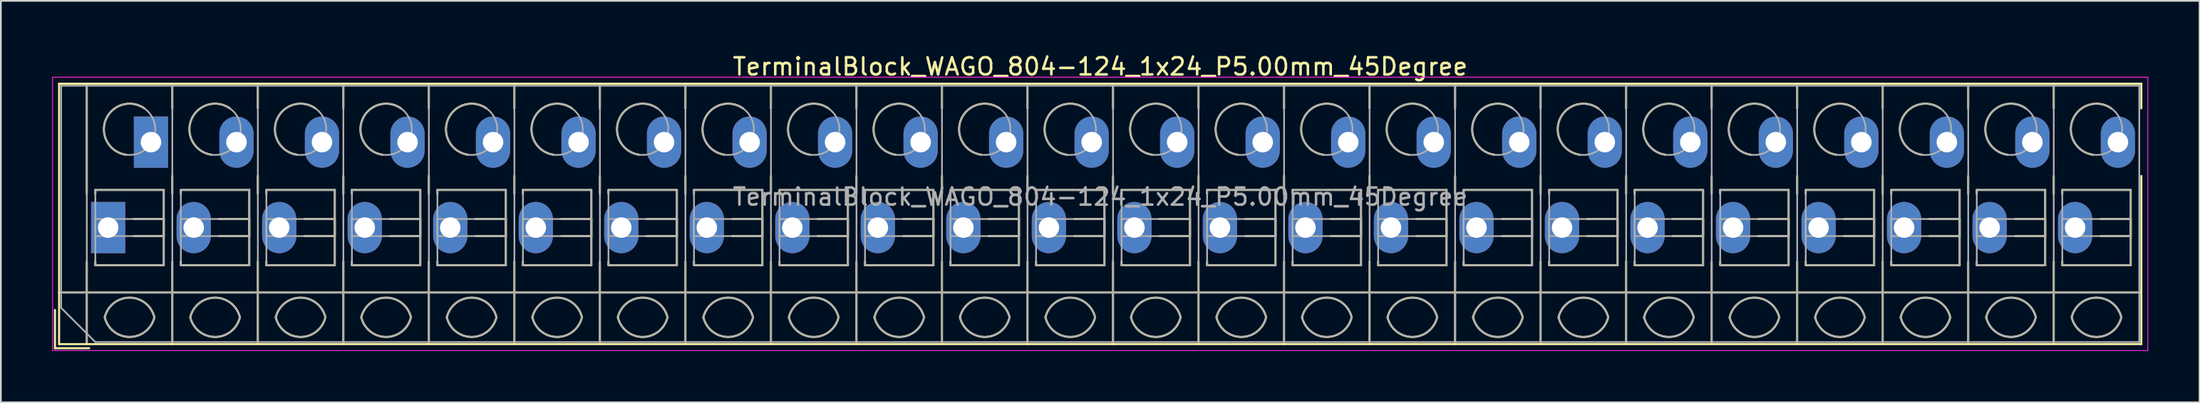
<source format=kicad_pcb>
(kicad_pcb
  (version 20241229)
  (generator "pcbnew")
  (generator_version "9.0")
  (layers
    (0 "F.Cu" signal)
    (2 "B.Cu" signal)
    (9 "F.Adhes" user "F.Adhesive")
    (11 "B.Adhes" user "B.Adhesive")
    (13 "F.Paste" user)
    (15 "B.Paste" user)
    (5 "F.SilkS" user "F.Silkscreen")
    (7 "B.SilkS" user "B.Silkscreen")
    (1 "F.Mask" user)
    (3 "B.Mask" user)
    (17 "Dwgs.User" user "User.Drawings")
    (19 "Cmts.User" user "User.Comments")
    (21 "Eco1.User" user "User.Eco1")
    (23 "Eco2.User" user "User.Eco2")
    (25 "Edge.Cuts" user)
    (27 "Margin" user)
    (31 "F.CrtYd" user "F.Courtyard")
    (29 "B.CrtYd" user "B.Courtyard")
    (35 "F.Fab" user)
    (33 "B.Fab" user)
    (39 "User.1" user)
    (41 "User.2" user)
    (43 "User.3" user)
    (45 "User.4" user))
  (footprint "TerminalBlock_WAGO_804-124_1x24_P5.00mm_45Degree"
    (layer "F.Cu")
    (at 3.275 10.268)
    (property "Reference" "TerminalBlock_WAGO_804-124_1x24_P5.00mm_45Degree" (at 58 -9.42 0) (layer "F.SilkS") (effects (font (size 1 1) (thickness 0.15))))
    (attr through_hole)
    (fp_line (start -3.11 4.82) (end -3.11 7.06) (stroke (width 0.12) (type solid)) (layer "F.SilkS"))
    (fp_line (start -3.11 7.06) (end -1.11 7.06) (stroke (width 0.12) (type solid)) (layer "F.SilkS"))
    (fp_line (start -2.87 -8.42) (end -2.87 6.82) (stroke (width 0.12) (type solid)) (layer "F.SilkS"))
    (fp_line (start -2.87 -8.42) (end 118.87 -8.42) (stroke (width 0.12) (type solid)) (layer "F.SilkS"))
    (fp_line (start -2.87 3.8) (end 118.87 3.8) (stroke (width 0.12) (type solid)) (layer "F.SilkS"))
    (fp_line (start -2.87 6.82) (end 118.87 6.82) (stroke (width 0.12) (type solid)) (layer "F.SilkS"))
    (fp_line (start -1.25 -8.42) (end -1.25 -1.98) (stroke (width 0.12) (type solid)) (layer "F.SilkS"))
    (fp_line (start -1.25 1.98) (end -1.25 6.82) (stroke (width 0.12) (type solid)) (layer "F.SilkS"))
    (fp_line (start -0.75 -2.2) (end -0.75 -1.98) (stroke (width 0.12) (type solid)) (layer "F.SilkS"))
    (fp_line (start -0.75 -2.2) (end 3.25 -2.2) (stroke (width 0.12) (type solid)) (layer "F.SilkS"))
    (fp_line (start -0.75 1.98) (end -0.75 2.2) (stroke (width 0.12) (type solid)) (layer "F.SilkS"))
    (fp_line (start -0.75 2.2) (end 3.25 2.2) (stroke (width 0.12) (type solid)) (layer "F.SilkS"))
    (fp_line (start 1.48 -0.5) (end 3.25 -0.5) (stroke (width 0.12) (type solid)) (layer "F.SilkS"))
    (fp_line (start 1.48 0.5) (end 3.25 0.5) (stroke (width 0.12) (type solid)) (layer "F.SilkS"))
    (fp_line (start 3.25 -2.2) (end 3.25 2.2) (stroke (width 0.12) (type solid)) (layer "F.SilkS"))
    (fp_line (start 3.25 -0.5) (end 3.25 0.5) (stroke (width 0.12) (type solid)) (layer "F.SilkS"))
    (fp_line (start 3.75 -8.42) (end 3.75 -6.98) (stroke (width 0.12) (type solid)) (layer "F.SilkS"))
    (fp_line (start 3.75 -3.02) (end 3.75 -1.98) (stroke (width 0.12) (type solid)) (layer "F.SilkS"))
    (fp_line (start 3.75 1.98) (end 3.75 6.82) (stroke (width 0.12) (type solid)) (layer "F.SilkS"))
    (fp_line (start 4.25 -2.2) (end 4.25 -1.98) (stroke (width 0.12) (type solid)) (layer "F.SilkS"))
    (fp_line (start 4.25 -2.2) (end 8.25 -2.2) (stroke (width 0.12) (type solid)) (layer "F.SilkS"))
    (fp_line (start 4.25 1.98) (end 4.25 2.2) (stroke (width 0.12) (type solid)) (layer "F.SilkS"))
    (fp_line (start 4.25 2.2) (end 8.25 2.2) (stroke (width 0.12) (type solid)) (layer "F.SilkS"))
    (fp_line (start 6.48 -0.5) (end 8.25 -0.5) (stroke (width 0.12) (type solid)) (layer "F.SilkS"))
    (fp_line (start 6.48 0.5) (end 8.25 0.5) (stroke (width 0.12) (type solid)) (layer "F.SilkS"))
    (fp_line (start 8.25 -2.2) (end 8.25 2.2) (stroke (width 0.12) (type solid)) (layer "F.SilkS"))
    (fp_line (start 8.25 -0.5) (end 8.25 0.5) (stroke (width 0.12) (type solid)) (layer "F.SilkS"))
    (fp_line (start 8.75 -8.42) (end 8.75 -6.98) (stroke (width 0.12) (type solid)) (layer "F.SilkS"))
    (fp_line (start 8.75 -3.02) (end 8.75 -1.98) (stroke (width 0.12) (type solid)) (layer "F.SilkS"))
    (fp_line (start 8.75 1.98) (end 8.75 6.82) (stroke (width 0.12) (type solid)) (layer "F.SilkS"))
    (fp_line (start 9.25 -2.2) (end 9.25 -1.98) (stroke (width 0.12) (type solid)) (layer "F.SilkS"))
    (fp_line (start 9.25 -2.2) (end 13.25 -2.2) (stroke (width 0.12) (type solid)) (layer "F.SilkS"))
    (fp_line (start 9.25 1.98) (end 9.25 2.2) (stroke (width 0.12) (type solid)) (layer "F.SilkS"))
    (fp_line (start 9.25 2.2) (end 13.25 2.2) (stroke (width 0.12) (type solid)) (layer "F.SilkS"))
    (fp_line (start 11.48 -0.5) (end 13.25 -0.5) (stroke (width 0.12) (type solid)) (layer "F.SilkS"))
    (fp_line (start 11.48 0.5) (end 13.25 0.5) (stroke (width 0.12) (type solid)) (layer "F.SilkS"))
    (fp_line (start 13.25 -2.2) (end 13.25 2.2) (stroke (width 0.12) (type solid)) (layer "F.SilkS"))
    (fp_line (start 13.25 -0.5) (end 13.25 0.5) (stroke (width 0.12) (type solid)) (layer "F.SilkS"))
    (fp_line (start 13.75 -8.42) (end 13.75 -6.98) (stroke (width 0.12) (type solid)) (layer "F.SilkS"))
    (fp_line (start 13.75 -3.02) (end 13.75 -1.98) (stroke (width 0.12) (type solid)) (layer "F.SilkS"))
    (fp_line (start 13.75 1.98) (end 13.75 6.82) (stroke (width 0.12) (type solid)) (layer "F.SilkS"))
    (fp_line (start 14.25 -2.2) (end 14.25 -1.98) (stroke (width 0.12) (type solid)) (layer "F.SilkS"))
    (fp_line (start 14.25 -2.2) (end 18.25 -2.2) (stroke (width 0.12) (type solid)) (layer "F.SilkS"))
    (fp_line (start 14.25 1.98) (end 14.25 2.2) (stroke (width 0.12) (type solid)) (layer "F.SilkS"))
    (fp_line (start 14.25 2.2) (end 18.25 2.2) (stroke (width 0.12) (type solid)) (layer "F.SilkS"))
    (fp_line (start 16.48 -0.5) (end 18.25 -0.5) (stroke (width 0.12) (type solid)) (layer "F.SilkS"))
    (fp_line (start 16.48 0.5) (end 18.25 0.5) (stroke (width 0.12) (type solid)) (layer "F.SilkS"))
    (fp_line (start 18.25 -2.2) (end 18.25 2.2) (stroke (width 0.12) (type solid)) (layer "F.SilkS"))
    (fp_line (start 18.25 -0.5) (end 18.25 0.5) (stroke (width 0.12) (type solid)) (layer "F.SilkS"))
    (fp_line (start 18.75 -8.42) (end 18.75 -6.98) (stroke (width 0.12) (type solid)) (layer "F.SilkS"))
    (fp_line (start 18.75 -3.02) (end 18.75 -1.98) (stroke (width 0.12) (type solid)) (layer "F.SilkS"))
    (fp_line (start 18.75 1.98) (end 18.75 6.82) (stroke (width 0.12) (type solid)) (layer "F.SilkS"))
    (fp_line (start 19.25 -2.2) (end 19.25 -1.98) (stroke (width 0.12) (type solid)) (layer "F.SilkS"))
    (fp_line (start 19.25 -2.2) (end 23.25 -2.2) (stroke (width 0.12) (type solid)) (layer "F.SilkS"))
    (fp_line (start 19.25 1.98) (end 19.25 2.2) (stroke (width 0.12) (type solid)) (layer "F.SilkS"))
    (fp_line (start 19.25 2.2) (end 23.25 2.2) (stroke (width 0.12) (type solid)) (layer "F.SilkS"))
    (fp_line (start 21.48 -0.5) (end 23.25 -0.5) (stroke (width 0.12) (type solid)) (layer "F.SilkS"))
    (fp_line (start 21.48 0.5) (end 23.25 0.5) (stroke (width 0.12) (type solid)) (layer "F.SilkS"))
    (fp_line (start 23.25 -2.2) (end 23.25 2.2) (stroke (width 0.12) (type solid)) (layer "F.SilkS"))
    (fp_line (start 23.25 -0.5) (end 23.25 0.5) (stroke (width 0.12) (type solid)) (layer "F.SilkS"))
    (fp_line (start 23.75 -8.42) (end 23.75 -6.98) (stroke (width 0.12) (type solid)) (layer "F.SilkS"))
    (fp_line (start 23.75 -3.02) (end 23.75 -1.98) (stroke (width 0.12) (type solid)) (layer "F.SilkS"))
    (fp_line (start 23.75 1.98) (end 23.75 6.82) (stroke (width 0.12) (type solid)) (layer "F.SilkS"))
    (fp_line (start 24.25 -2.2) (end 24.25 -1.98) (stroke (width 0.12) (type solid)) (layer "F.SilkS"))
    (fp_line (start 24.25 -2.2) (end 28.25 -2.2) (stroke (width 0.12) (type solid)) (layer "F.SilkS"))
    (fp_line (start 24.25 1.98) (end 24.25 2.2) (stroke (width 0.12) (type solid)) (layer "F.SilkS"))
    (fp_line (start 24.25 2.2) (end 28.25 2.2) (stroke (width 0.12) (type solid)) (layer "F.SilkS"))
    (fp_line (start 26.48 -0.5) (end 28.25 -0.5) (stroke (width 0.12) (type solid)) (layer "F.SilkS"))
    (fp_line (start 26.48 0.5) (end 28.25 0.5) (stroke (width 0.12) (type solid)) (layer "F.SilkS"))
    (fp_line (start 28.25 -2.2) (end 28.25 2.2) (stroke (width 0.12) (type solid)) (layer "F.SilkS"))
    (fp_line (start 28.25 -0.5) (end 28.25 0.5) (stroke (width 0.12) (type solid)) (layer "F.SilkS"))
    (fp_line (start 28.75 -8.42) (end 28.75 -6.98) (stroke (width 0.12) (type solid)) (layer "F.SilkS"))
    (fp_line (start 28.75 -3.02) (end 28.75 -1.98) (stroke (width 0.12) (type solid)) (layer "F.SilkS"))
    (fp_line (start 28.75 1.98) (end 28.75 6.82) (stroke (width 0.12) (type solid)) (layer "F.SilkS"))
    (fp_line (start 29.25 -2.2) (end 29.25 -1.98) (stroke (width 0.12) (type solid)) (layer "F.SilkS"))
    (fp_line (start 29.25 -2.2) (end 33.25 -2.2) (stroke (width 0.12) (type solid)) (layer "F.SilkS"))
    (fp_line (start 29.25 1.98) (end 29.25 2.2) (stroke (width 0.12) (type solid)) (layer "F.SilkS"))
    (fp_line (start 29.25 2.2) (end 33.25 2.2) (stroke (width 0.12) (type solid)) (layer "F.SilkS"))
    (fp_line (start 31.48 -0.5) (end 33.25 -0.5) (stroke (width 0.12) (type solid)) (layer "F.SilkS"))
    (fp_line (start 31.48 0.5) (end 33.25 0.5) (stroke (width 0.12) (type solid)) (layer "F.SilkS"))
    (fp_line (start 33.25 -2.2) (end 33.25 2.2) (stroke (width 0.12) (type solid)) (layer "F.SilkS"))
    (fp_line (start 33.25 -0.5) (end 33.25 0.5) (stroke (width 0.12) (type solid)) (layer "F.SilkS"))
    (fp_line (start 33.75 -8.42) (end 33.75 -6.98) (stroke (width 0.12) (type solid)) (layer "F.SilkS"))
    (fp_line (start 33.75 -3.02) (end 33.75 -1.98) (stroke (width 0.12) (type solid)) (layer "F.SilkS"))
    (fp_line (start 33.75 1.98) (end 33.75 6.82) (stroke (width 0.12) (type solid)) (layer "F.SilkS"))
    (fp_line (start 34.25 -2.2) (end 34.25 -1.98) (stroke (width 0.12) (type solid)) (layer "F.SilkS"))
    (fp_line (start 34.25 -2.2) (end 38.25 -2.2) (stroke (width 0.12) (type solid)) (layer "F.SilkS"))
    (fp_line (start 34.25 1.98) (end 34.25 2.2) (stroke (width 0.12) (type solid)) (layer "F.SilkS"))
    (fp_line (start 34.25 2.2) (end 38.25 2.2) (stroke (width 0.12) (type solid)) (layer "F.SilkS"))
    (fp_line (start 36.48 -0.5) (end 38.25 -0.5) (stroke (width 0.12) (type solid)) (layer "F.SilkS"))
    (fp_line (start 36.48 0.5) (end 38.25 0.5) (stroke (width 0.12) (type solid)) (layer "F.SilkS"))
    (fp_line (start 38.25 -2.2) (end 38.25 2.2) (stroke (width 0.12) (type solid)) (layer "F.SilkS"))
    (fp_line (start 38.25 -0.5) (end 38.25 0.5) (stroke (width 0.12) (type solid)) (layer "F.SilkS"))
    (fp_line (start 38.75 -8.42) (end 38.75 -6.98) (stroke (width 0.12) (type solid)) (layer "F.SilkS"))
    (fp_line (start 38.75 -3.02) (end 38.75 -1.98) (stroke (width 0.12) (type solid)) (layer "F.SilkS"))
    (fp_line (start 38.75 1.98) (end 38.75 6.82) (stroke (width 0.12) (type solid)) (layer "F.SilkS"))
    (fp_line (start 39.25 -2.2) (end 39.25 -1.98) (stroke (width 0.12) (type solid)) (layer "F.SilkS"))
    (fp_line (start 39.25 -2.2) (end 43.25 -2.2) (stroke (width 0.12) (type solid)) (layer "F.SilkS"))
    (fp_line (start 39.25 1.98) (end 39.25 2.2) (stroke (width 0.12) (type solid)) (layer "F.SilkS"))
    (fp_line (start 39.25 2.2) (end 43.25 2.2) (stroke (width 0.12) (type solid)) (layer "F.SilkS"))
    (fp_line (start 41.48 -0.5) (end 43.25 -0.5) (stroke (width 0.12) (type solid)) (layer "F.SilkS"))
    (fp_line (start 41.48 0.5) (end 43.25 0.5) (stroke (width 0.12) (type solid)) (layer "F.SilkS"))
    (fp_line (start 43.25 -2.2) (end 43.25 2.2) (stroke (width 0.12) (type solid)) (layer "F.SilkS"))
    (fp_line (start 43.25 -0.5) (end 43.25 0.5) (stroke (width 0.12) (type solid)) (layer "F.SilkS"))
    (fp_line (start 43.75 -8.42) (end 43.75 -6.98) (stroke (width 0.12) (type solid)) (layer "F.SilkS"))
    (fp_line (start 43.75 -3.02) (end 43.75 -1.98) (stroke (width 0.12) (type solid)) (layer "F.SilkS"))
    (fp_line (start 43.75 1.98) (end 43.75 6.82) (stroke (width 0.12) (type solid)) (layer "F.SilkS"))
    (fp_line (start 44.25 -2.2) (end 44.25 -1.98) (stroke (width 0.12) (type solid)) (layer "F.SilkS"))
    (fp_line (start 44.25 -2.2) (end 48.25 -2.2) (stroke (width 0.12) (type solid)) (layer "F.SilkS"))
    (fp_line (start 44.25 1.98) (end 44.25 2.2) (stroke (width 0.12) (type solid)) (layer "F.SilkS"))
    (fp_line (start 44.25 2.2) (end 48.25 2.2) (stroke (width 0.12) (type solid)) (layer "F.SilkS"))
    (fp_line (start 46.48 -0.5) (end 48.25 -0.5) (stroke (width 0.12) (type solid)) (layer "F.SilkS"))
    (fp_line (start 46.48 0.5) (end 48.25 0.5) (stroke (width 0.12) (type solid)) (layer "F.SilkS"))
    (fp_line (start 48.25 -2.2) (end 48.25 2.2) (stroke (width 0.12) (type solid)) (layer "F.SilkS"))
    (fp_line (start 48.25 -0.5) (end 48.25 0.5) (stroke (width 0.12) (type solid)) (layer "F.SilkS"))
    (fp_line (start 48.75 -8.42) (end 48.75 -6.98) (stroke (width 0.12) (type solid)) (layer "F.SilkS"))
    (fp_line (start 48.75 -3.02) (end 48.75 -1.98) (stroke (width 0.12) (type solid)) (layer "F.SilkS"))
    (fp_line (start 48.75 1.98) (end 48.75 6.82) (stroke (width 0.12) (type solid)) (layer "F.SilkS"))
    (fp_line (start 49.25 -2.2) (end 49.25 -1.98) (stroke (width 0.12) (type solid)) (layer "F.SilkS"))
    (fp_line (start 49.25 -2.2) (end 53.25 -2.2) (stroke (width 0.12) (type solid)) (layer "F.SilkS"))
    (fp_line (start 49.25 1.98) (end 49.25 2.2) (stroke (width 0.12) (type solid)) (layer "F.SilkS"))
    (fp_line (start 49.25 2.2) (end 53.25 2.2) (stroke (width 0.12) (type solid)) (layer "F.SilkS"))
    (fp_line (start 51.48 -0.5) (end 53.25 -0.5) (stroke (width 0.12) (type solid)) (layer "F.SilkS"))
    (fp_line (start 51.48 0.5) (end 53.25 0.5) (stroke (width 0.12) (type solid)) (layer "F.SilkS"))
    (fp_line (start 53.25 -2.2) (end 53.25 2.2) (stroke (width 0.12) (type solid)) (layer "F.SilkS"))
    (fp_line (start 53.25 -0.5) (end 53.25 0.5) (stroke (width 0.12) (type solid)) (layer "F.SilkS"))
    (fp_line (start 53.75 -8.42) (end 53.75 -6.98) (stroke (width 0.12) (type solid)) (layer "F.SilkS"))
    (fp_line (start 53.75 -3.02) (end 53.75 -1.98) (stroke (width 0.12) (type solid)) (layer "F.SilkS"))
    (fp_line (start 53.75 1.98) (end 53.75 6.82) (stroke (width 0.12) (type solid)) (layer "F.SilkS"))
    (fp_line (start 54.25 -2.2) (end 54.25 -1.98) (stroke (width 0.12) (type solid)) (layer "F.SilkS"))
    (fp_line (start 54.25 -2.2) (end 58.25 -2.2) (stroke (width 0.12) (type solid)) (layer "F.SilkS"))
    (fp_line (start 54.25 1.98) (end 54.25 2.2) (stroke (width 0.12) (type solid)) (layer "F.SilkS"))
    (fp_line (start 54.25 2.2) (end 58.25 2.2) (stroke (width 0.12) (type solid)) (layer "F.SilkS"))
    (fp_line (start 56.48 -0.5) (end 58.25 -0.5) (stroke (width 0.12) (type solid)) (layer "F.SilkS"))
    (fp_line (start 56.48 0.5) (end 58.25 0.5) (stroke (width 0.12) (type solid)) (layer "F.SilkS"))
    (fp_line (start 58.25 -2.2) (end 58.25 2.2) (stroke (width 0.12) (type solid)) (layer "F.SilkS"))
    (fp_line (start 58.25 -0.5) (end 58.25 0.5) (stroke (width 0.12) (type solid)) (layer "F.SilkS"))
    (fp_line (start 58.75 -8.42) (end 58.75 -6.98) (stroke (width 0.12) (type solid)) (layer "F.SilkS"))
    (fp_line (start 58.75 -3.02) (end 58.75 -1.98) (stroke (width 0.12) (type solid)) (layer "F.SilkS"))
    (fp_line (start 58.75 1.98) (end 58.75 6.82) (stroke (width 0.12) (type solid)) (layer "F.SilkS"))
    (fp_line (start 59.25 -2.2) (end 59.25 -1.98) (stroke (width 0.12) (type solid)) (layer "F.SilkS"))
    (fp_line (start 59.25 -2.2) (end 63.25 -2.2) (stroke (width 0.12) (type solid)) (layer "F.SilkS"))
    (fp_line (start 59.25 1.98) (end 59.25 2.2) (stroke (width 0.12) (type solid)) (layer "F.SilkS"))
    (fp_line (start 59.25 2.2) (end 63.25 2.2) (stroke (width 0.12) (type solid)) (layer "F.SilkS"))
    (fp_line (start 61.48 -0.5) (end 63.25 -0.5) (stroke (width 0.12) (type solid)) (layer "F.SilkS"))
    (fp_line (start 61.48 0.5) (end 63.25 0.5) (stroke (width 0.12) (type solid)) (layer "F.SilkS"))
    (fp_line (start 63.25 -2.2) (end 63.25 2.2) (stroke (width 0.12) (type solid)) (layer "F.SilkS"))
    (fp_line (start 63.25 -0.5) (end 63.25 0.5) (stroke (width 0.12) (type solid)) (layer "F.SilkS"))
    (fp_line (start 63.75 -8.42) (end 63.75 -6.98) (stroke (width 0.12) (type solid)) (layer "F.SilkS"))
    (fp_line (start 63.75 -3.02) (end 63.75 -1.98) (stroke (width 0.12) (type solid)) (layer "F.SilkS"))
    (fp_line (start 63.75 1.98) (end 63.75 6.82) (stroke (width 0.12) (type solid)) (layer "F.SilkS"))
    (fp_line (start 64.25 -2.2) (end 64.25 -1.98) (stroke (width 0.12) (type solid)) (layer "F.SilkS"))
    (fp_line (start 64.25 -2.2) (end 68.25 -2.2) (stroke (width 0.12) (type solid)) (layer "F.SilkS"))
    (fp_line (start 64.25 1.98) (end 64.25 2.2) (stroke (width 0.12) (type solid)) (layer "F.SilkS"))
    (fp_line (start 64.25 2.2) (end 68.25 2.2) (stroke (width 0.12) (type solid)) (layer "F.SilkS"))
    (fp_line (start 66.48 -0.5) (end 68.25 -0.5) (stroke (width 0.12) (type solid)) (layer "F.SilkS"))
    (fp_line (start 66.48 0.5) (end 68.25 0.5) (stroke (width 0.12) (type solid)) (layer "F.SilkS"))
    (fp_line (start 68.25 -2.2) (end 68.25 2.2) (stroke (width 0.12) (type solid)) (layer "F.SilkS"))
    (fp_line (start 68.25 -0.5) (end 68.25 0.5) (stroke (width 0.12) (type solid)) (layer "F.SilkS"))
    (fp_line (start 68.75 -8.42) (end 68.75 -6.98) (stroke (width 0.12) (type solid)) (layer "F.SilkS"))
    (fp_line (start 68.75 -3.02) (end 68.75 -1.98) (stroke (width 0.12) (type solid)) (layer "F.SilkS"))
    (fp_line (start 68.75 1.98) (end 68.75 6.82) (stroke (width 0.12) (type solid)) (layer "F.SilkS"))
    (fp_line (start 69.25 -2.2) (end 69.25 -1.98) (stroke (width 0.12) (type solid)) (layer "F.SilkS"))
    (fp_line (start 69.25 -2.2) (end 73.25 -2.2) (stroke (width 0.12) (type solid)) (layer "F.SilkS"))
    (fp_line (start 69.25 1.98) (end 69.25 2.2) (stroke (width 0.12) (type solid)) (layer "F.SilkS"))
    (fp_line (start 69.25 2.2) (end 73.25 2.2) (stroke (width 0.12) (type solid)) (layer "F.SilkS"))
    (fp_line (start 71.48 -0.5) (end 73.25 -0.5) (stroke (width 0.12) (type solid)) (layer "F.SilkS"))
    (fp_line (start 71.48 0.5) (end 73.25 0.5) (stroke (width 0.12) (type solid)) (layer "F.SilkS"))
    (fp_line (start 73.25 -2.2) (end 73.25 2.2) (stroke (width 0.12) (type solid)) (layer "F.SilkS"))
    (fp_line (start 73.25 -0.5) (end 73.25 0.5) (stroke (width 0.12) (type solid)) (layer "F.SilkS"))
    (fp_line (start 73.75 -8.42) (end 73.75 -6.98) (stroke (width 0.12) (type solid)) (layer "F.SilkS"))
    (fp_line (start 73.75 -3.02) (end 73.75 -1.98) (stroke (width 0.12) (type solid)) (layer "F.SilkS"))
    (fp_line (start 73.75 1.98) (end 73.75 6.82) (stroke (width 0.12) (type solid)) (layer "F.SilkS"))
    (fp_line (start 74.25 -2.2) (end 74.25 -1.98) (stroke (width 0.12) (type solid)) (layer "F.SilkS"))
    (fp_line (start 74.25 -2.2) (end 78.25 -2.2) (stroke (width 0.12) (type solid)) (layer "F.SilkS"))
    (fp_line (start 74.25 1.98) (end 74.25 2.2) (stroke (width 0.12) (type solid)) (layer "F.SilkS"))
    (fp_line (start 74.25 2.2) (end 78.25 2.2) (stroke (width 0.12) (type solid)) (layer "F.SilkS"))
    (fp_line (start 76.48 -0.5) (end 78.25 -0.5) (stroke (width 0.12) (type solid)) (layer "F.SilkS"))
    (fp_line (start 76.48 0.5) (end 78.25 0.5) (stroke (width 0.12) (type solid)) (layer "F.SilkS"))
    (fp_line (start 78.25 -2.2) (end 78.25 2.2) (stroke (width 0.12) (type solid)) (layer "F.SilkS"))
    (fp_line (start 78.25 -0.5) (end 78.25 0.5) (stroke (width 0.12) (type solid)) (layer "F.SilkS"))
    (fp_line (start 78.75 -8.42) (end 78.75 -6.98) (stroke (width 0.12) (type solid)) (layer "F.SilkS"))
    (fp_line (start 78.75 -3.02) (end 78.75 -1.98) (stroke (width 0.12) (type solid)) (layer "F.SilkS"))
    (fp_line (start 78.75 1.98) (end 78.75 6.82) (stroke (width 0.12) (type solid)) (layer "F.SilkS"))
    (fp_line (start 79.25 -2.2) (end 79.25 -1.98) (stroke (width 0.12) (type solid)) (layer "F.SilkS"))
    (fp_line (start 79.25 -2.2) (end 83.25 -2.2) (stroke (width 0.12) (type solid)) (layer "F.SilkS"))
    (fp_line (start 79.25 1.98) (end 79.25 2.2) (stroke (width 0.12) (type solid)) (layer "F.SilkS"))
    (fp_line (start 79.25 2.2) (end 83.25 2.2) (stroke (width 0.12) (type solid)) (layer "F.SilkS"))
    (fp_line (start 81.48 -0.5) (end 83.25 -0.5) (stroke (width 0.12) (type solid)) (layer "F.SilkS"))
    (fp_line (start 81.48 0.5) (end 83.25 0.5) (stroke (width 0.12) (type solid)) (layer "F.SilkS"))
    (fp_line (start 83.25 -2.2) (end 83.25 2.2) (stroke (width 0.12) (type solid)) (layer "F.SilkS"))
    (fp_line (start 83.25 -0.5) (end 83.25 0.5) (stroke (width 0.12) (type solid)) (layer "F.SilkS"))
    (fp_line (start 83.75 -8.42) (end 83.75 -6.98) (stroke (width 0.12) (type solid)) (layer "F.SilkS"))
    (fp_line (start 83.75 -3.02) (end 83.75 -1.98) (stroke (width 0.12) (type solid)) (layer "F.SilkS"))
    (fp_line (start 83.75 1.98) (end 83.75 6.82) (stroke (width 0.12) (type solid)) (layer "F.SilkS"))
    (fp_line (start 84.25 -2.2) (end 84.25 -1.98) (stroke (width 0.12) (type solid)) (layer "F.SilkS"))
    (fp_line (start 84.25 -2.2) (end 88.25 -2.2) (stroke (width 0.12) (type solid)) (layer "F.SilkS"))
    (fp_line (start 84.25 1.98) (end 84.25 2.2) (stroke (width 0.12) (type solid)) (layer "F.SilkS"))
    (fp_line (start 84.25 2.2) (end 88.25 2.2) (stroke (width 0.12) (type solid)) (layer "F.SilkS"))
    (fp_line (start 86.48 -0.5) (end 88.25 -0.5) (stroke (width 0.12) (type solid)) (layer "F.SilkS"))
    (fp_line (start 86.48 0.5) (end 88.25 0.5) (stroke (width 0.12) (type solid)) (layer "F.SilkS"))
    (fp_line (start 88.25 -2.2) (end 88.25 2.2) (stroke (width 0.12) (type solid)) (layer "F.SilkS"))
    (fp_line (start 88.25 -0.5) (end 88.25 0.5) (stroke (width 0.12) (type solid)) (layer "F.SilkS"))
    (fp_line (start 88.75 -8.42) (end 88.75 -6.98) (stroke (width 0.12) (type solid)) (layer "F.SilkS"))
    (fp_line (start 88.75 -3.02) (end 88.75 -1.98) (stroke (width 0.12) (type solid)) (layer "F.SilkS"))
    (fp_line (start 88.75 1.98) (end 88.75 6.82) (stroke (width 0.12) (type solid)) (layer "F.SilkS"))
    (fp_line (start 89.25 -2.2) (end 89.25 -1.98) (stroke (width 0.12) (type solid)) (layer "F.SilkS"))
    (fp_line (start 89.25 -2.2) (end 93.25 -2.2) (stroke (width 0.12) (type solid)) (layer "F.SilkS"))
    (fp_line (start 89.25 1.98) (end 89.25 2.2) (stroke (width 0.12) (type solid)) (layer "F.SilkS"))
    (fp_line (start 89.25 2.2) (end 93.25 2.2) (stroke (width 0.12) (type solid)) (layer "F.SilkS"))
    (fp_line (start 91.48 -0.5) (end 93.25 -0.5) (stroke (width 0.12) (type solid)) (layer "F.SilkS"))
    (fp_line (start 91.48 0.5) (end 93.25 0.5) (stroke (width 0.12) (type solid)) (layer "F.SilkS"))
    (fp_line (start 93.25 -2.2) (end 93.25 2.2) (stroke (width 0.12) (type solid)) (layer "F.SilkS"))
    (fp_line (start 93.25 -0.5) (end 93.25 0.5) (stroke (width 0.12) (type solid)) (layer "F.SilkS"))
    (fp_line (start 93.75 -8.42) (end 93.75 -6.98) (stroke (width 0.12) (type solid)) (layer "F.SilkS"))
    (fp_line (start 93.75 -3.02) (end 93.75 -1.98) (stroke (width 0.12) (type solid)) (layer "F.SilkS"))
    (fp_line (start 93.75 1.98) (end 93.75 6.82) (stroke (width 0.12) (type solid)) (layer "F.SilkS"))
    (fp_line (start 94.25 -2.2) (end 94.25 -1.98) (stroke (width 0.12) (type solid)) (layer "F.SilkS"))
    (fp_line (start 94.25 -2.2) (end 98.25 -2.2) (stroke (width 0.12) (type solid)) (layer "F.SilkS"))
    (fp_line (start 94.25 1.98) (end 94.25 2.2) (stroke (width 0.12) (type solid)) (layer "F.SilkS"))
    (fp_line (start 94.25 2.2) (end 98.25 2.2) (stroke (width 0.12) (type solid)) (layer "F.SilkS"))
    (fp_line (start 96.48 -0.5) (end 98.25 -0.5) (stroke (width 0.12) (type solid)) (layer "F.SilkS"))
    (fp_line (start 96.48 0.5) (end 98.25 0.5) (stroke (width 0.12) (type solid)) (layer "F.SilkS"))
    (fp_line (start 98.25 -2.2) (end 98.25 2.2) (stroke (width 0.12) (type solid)) (layer "F.SilkS"))
    (fp_line (start 98.25 -0.5) (end 98.25 0.5) (stroke (width 0.12) (type solid)) (layer "F.SilkS"))
    (fp_line (start 98.75 -8.42) (end 98.75 -6.98) (stroke (width 0.12) (type solid)) (layer "F.SilkS"))
    (fp_line (start 98.75 -3.02) (end 98.75 -1.98) (stroke (width 0.12) (type solid)) (layer "F.SilkS"))
    (fp_line (start 98.75 1.98) (end 98.75 6.82) (stroke (width 0.12) (type solid)) (layer "F.SilkS"))
    (fp_line (start 99.25 -2.2) (end 99.25 -1.98) (stroke (width 0.12) (type solid)) (layer "F.SilkS"))
    (fp_line (start 99.25 -2.2) (end 103.25 -2.2) (stroke (width 0.12) (type solid)) (layer "F.SilkS"))
    (fp_line (start 99.25 1.98) (end 99.25 2.2) (stroke (width 0.12) (type solid)) (layer "F.SilkS"))
    (fp_line (start 99.25 2.2) (end 103.25 2.2) (stroke (width 0.12) (type solid)) (layer "F.SilkS"))
    (fp_line (start 101.48 -0.5) (end 103.25 -0.5) (stroke (width 0.12) (type solid)) (layer "F.SilkS"))
    (fp_line (start 101.48 0.5) (end 103.25 0.5) (stroke (width 0.12) (type solid)) (layer "F.SilkS"))
    (fp_line (start 103.25 -2.2) (end 103.25 2.2) (stroke (width 0.12) (type solid)) (layer "F.SilkS"))
    (fp_line (start 103.25 -0.5) (end 103.25 0.5) (stroke (width 0.12) (type solid)) (layer "F.SilkS"))
    (fp_line (start 103.75 -8.42) (end 103.75 -6.98) (stroke (width 0.12) (type solid)) (layer "F.SilkS"))
    (fp_line (start 103.75 -3.02) (end 103.75 -1.98) (stroke (width 0.12) (type solid)) (layer "F.SilkS"))
    (fp_line (start 103.75 1.98) (end 103.75 6.82) (stroke (width 0.12) (type solid)) (layer "F.SilkS"))
    (fp_line (start 104.25 -2.2) (end 104.25 -1.98) (stroke (width 0.12) (type solid)) (layer "F.SilkS"))
    (fp_line (start 104.25 -2.2) (end 108.25 -2.2) (stroke (width 0.12) (type solid)) (layer "F.SilkS"))
    (fp_line (start 104.25 1.98) (end 104.25 2.2) (stroke (width 0.12) (type solid)) (layer "F.SilkS"))
    (fp_line (start 104.25 2.2) (end 108.25 2.2) (stroke (width 0.12) (type solid)) (layer "F.SilkS"))
    (fp_line (start 106.48 -0.5) (end 108.25 -0.5) (stroke (width 0.12) (type solid)) (layer "F.SilkS"))
    (fp_line (start 106.48 0.5) (end 108.25 0.5) (stroke (width 0.12) (type solid)) (layer "F.SilkS"))
    (fp_line (start 108.25 -2.2) (end 108.25 2.2) (stroke (width 0.12) (type solid)) (layer "F.SilkS"))
    (fp_line (start 108.25 -0.5) (end 108.25 0.5) (stroke (width 0.12) (type solid)) (layer "F.SilkS"))
    (fp_line (start 108.75 -8.42) (end 108.75 -6.98) (stroke (width 0.12) (type solid)) (layer "F.SilkS"))
    (fp_line (start 108.75 -3.02) (end 108.75 -1.98) (stroke (width 0.12) (type solid)) (layer "F.SilkS"))
    (fp_line (start 108.75 1.98) (end 108.75 6.82) (stroke (width 0.12) (type solid)) (layer "F.SilkS"))
    (fp_line (start 109.25 -2.2) (end 109.25 -1.98) (stroke (width 0.12) (type solid)) (layer "F.SilkS"))
    (fp_line (start 109.25 -2.2) (end 113.25 -2.2) (stroke (width 0.12) (type solid)) (layer "F.SilkS"))
    (fp_line (start 109.25 1.98) (end 109.25 2.2) (stroke (width 0.12) (type solid)) (layer "F.SilkS"))
    (fp_line (start 109.25 2.2) (end 113.25 2.2) (stroke (width 0.12) (type solid)) (layer "F.SilkS"))
    (fp_line (start 111.48 -0.5) (end 113.25 -0.5) (stroke (width 0.12) (type solid)) (layer "F.SilkS"))
    (fp_line (start 111.48 0.5) (end 113.25 0.5) (stroke (width 0.12) (type solid)) (layer "F.SilkS"))
    (fp_line (start 113.25 -2.2) (end 113.25 2.2) (stroke (width 0.12) (type solid)) (layer "F.SilkS"))
    (fp_line (start 113.25 -0.5) (end 113.25 0.5) (stroke (width 0.12) (type solid)) (layer "F.SilkS"))
    (fp_line (start 113.75 -8.42) (end 113.75 -6.98) (stroke (width 0.12) (type solid)) (layer "F.SilkS"))
    (fp_line (start 113.75 -3.02) (end 113.75 -1.98) (stroke (width 0.12) (type solid)) (layer "F.SilkS"))
    (fp_line (start 113.75 1.98) (end 113.75 6.82) (stroke (width 0.12) (type solid)) (layer "F.SilkS"))
    (fp_line (start 114.25 -2.2) (end 114.25 -1.98) (stroke (width 0.12) (type solid)) (layer "F.SilkS"))
    (fp_line (start 114.25 -2.2) (end 118.25 -2.2) (stroke (width 0.12) (type solid)) (layer "F.SilkS"))
    (fp_line (start 114.25 1.98) (end 114.25 2.2) (stroke (width 0.12) (type solid)) (layer "F.SilkS"))
    (fp_line (start 114.25 2.2) (end 118.25 2.2) (stroke (width 0.12) (type solid)) (layer "F.SilkS"))
    (fp_line (start 116.48 -0.5) (end 118.25 -0.5) (stroke (width 0.12) (type solid)) (layer "F.SilkS"))
    (fp_line (start 116.48 0.5) (end 118.25 0.5) (stroke (width 0.12) (type solid)) (layer "F.SilkS"))
    (fp_line (start 118.25 -2.2) (end 118.25 2.2) (stroke (width 0.12) (type solid)) (layer "F.SilkS"))
    (fp_line (start 118.25 -0.5) (end 118.25 0.5) (stroke (width 0.12) (type solid)) (layer "F.SilkS"))
    (fp_line (start 118.87 -8.42) (end 118.87 -6.98) (stroke (width 0.12) (type solid)) (layer "F.SilkS"))
    (fp_line (start 118.87 -3.02) (end 118.87 6.82) (stroke (width 0.12) (type solid)) (layer "F.SilkS"))
    (fp_arc (start -0.200865 5.250424) (mid 1.250296 4.099926) (end 2.701 5.251) (stroke (width 0.12) (type solid)) (layer "F.SilkS"))
    (fp_arc (start 1.040798 -4.264067) (mid -0.146039 -6.300306) (end 2.111 -6.979) (stroke (width 0.12) (type solid)) (layer "F.SilkS"))
    (fp_arc (start 2.7 5.25) (mid 1.250068 6.400101) (end -0.199969 5.250133) (stroke (width 0.12) (type solid)) (layer "F.SilkS"))
    (fp_arc (start 4.799135 5.250424) (mid 6.250296 4.099926) (end 7.701 5.251) (stroke (width 0.12) (type solid)) (layer "F.SilkS"))
    (fp_arc (start 6.040798 -4.264067) (mid 4.853961 -6.300306) (end 7.111 -6.979) (stroke (width 0.12) (type solid)) (layer "F.SilkS"))
    (fp_arc (start 7.7 5.25) (mid 6.250068 6.400101) (end 4.800031 5.250133) (stroke (width 0.12) (type solid)) (layer "F.SilkS"))
    (fp_arc (start 9.799135 5.250424) (mid 11.250296 4.099926) (end 12.701 5.251) (stroke (width 0.12) (type solid)) (layer "F.SilkS"))
    (fp_arc (start 11.040798 -4.264067) (mid 9.853961 -6.300306) (end 12.111 -6.979) (stroke (width 0.12) (type solid)) (layer "F.SilkS"))
    (fp_arc (start 12.7 5.25) (mid 11.250068 6.400101) (end 9.800031 5.250133) (stroke (width 0.12) (type solid)) (layer "F.SilkS"))
    (fp_arc (start 14.799135 5.250424) (mid 16.250296 4.099926) (end 17.701 5.251) (stroke (width 0.12) (type solid)) (layer "F.SilkS"))
    (fp_arc (start 16.040798 -4.264067) (mid 14.853961 -6.300306) (end 17.111 -6.979) (stroke (width 0.12) (type solid)) (layer "F.SilkS"))
    (fp_arc (start 17.7 5.25) (mid 16.250068 6.400101) (end 14.800031 5.250133) (stroke (width 0.12) (type solid)) (layer "F.SilkS"))
    (fp_arc (start 19.799135 5.250424) (mid 21.250296 4.099926) (end 22.701 5.251) (stroke (width 0.12) (type solid)) (layer "F.SilkS"))
    (fp_arc (start 21.040798 -4.264067) (mid 19.853961 -6.300306) (end 22.111 -6.979) (stroke (width 0.12) (type solid)) (layer "F.SilkS"))
    (fp_arc (start 22.7 5.25) (mid 21.250068 6.400101) (end 19.800031 5.250133) (stroke (width 0.12) (type solid)) (layer "F.SilkS"))
    (fp_arc (start 24.799135 5.250424) (mid 26.250296 4.099926) (end 27.701 5.251) (stroke (width 0.12) (type solid)) (layer "F.SilkS"))
    (fp_arc (start 26.040798 -4.264067) (mid 24.853961 -6.300306) (end 27.111 -6.979) (stroke (width 0.12) (type solid)) (layer "F.SilkS"))
    (fp_arc (start 27.7 5.25) (mid 26.250068 6.400101) (end 24.800031 5.250133) (stroke (width 0.12) (type solid)) (layer "F.SilkS"))
    (fp_arc (start 29.799135 5.250424) (mid 31.250296 4.099926) (end 32.701 5.251) (stroke (width 0.12) (type solid)) (layer "F.SilkS"))
    (fp_arc (start 31.040798 -4.264067) (mid 29.853961 -6.300306) (end 32.111 -6.979) (stroke (width 0.12) (type solid)) (layer "F.SilkS"))
    (fp_arc (start 32.701 5.25) (mid 31.250296 6.401074) (end 29.799135 5.250576) (stroke (width 0.12) (type solid)) (layer "F.SilkS"))
    (fp_arc (start 34.799135 5.250424) (mid 36.250296 4.099926) (end 37.701 5.251) (stroke (width 0.12) (type solid)) (layer "F.SilkS"))
    (fp_arc (start 36.040798 -4.264067) (mid 34.853961 -6.300306) (end 37.111 -6.979) (stroke (width 0.12) (type solid)) (layer "F.SilkS"))
    (fp_arc (start 37.7 5.25) (mid 36.250068 6.400101) (end 34.800031 5.250133) (stroke (width 0.12) (type solid)) (layer "F.SilkS"))
    (fp_arc (start 39.799135 5.250424) (mid 41.250296 4.099926) (end 42.701 5.251) (stroke (width 0.12) (type solid)) (layer "F.SilkS"))
    (fp_arc (start 41.040798 -4.264067) (mid 39.853961 -6.300306) (end 42.111 -6.979) (stroke (width 0.12) (type solid)) (layer "F.SilkS"))
    (fp_arc (start 42.7 5.25) (mid 41.250068 6.400101) (end 39.800031 5.250133) (stroke (width 0.12) (type solid)) (layer "F.SilkS"))
    (fp_arc (start 44.799135 5.250424) (mid 46.250296 4.099926) (end 47.701 5.251) (stroke (width 0.12) (type solid)) (layer "F.SilkS"))
    (fp_arc (start 46.040798 -4.264067) (mid 44.853961 -6.300306) (end 47.111 -6.979) (stroke (width 0.12) (type solid)) (layer "F.SilkS"))
    (fp_arc (start 47.7 5.25) (mid 46.250068 6.400101) (end 44.800031 5.250133) (stroke (width 0.12) (type solid)) (layer "F.SilkS"))
    (fp_arc (start 49.799135 5.250424) (mid 51.250296 4.099926) (end 52.701 5.251) (stroke (width 0.12) (type solid)) (layer "F.SilkS"))
    (fp_arc (start 51.040798 -4.264067) (mid 49.853961 -6.300306) (end 52.111 -6.979) (stroke (width 0.12) (type solid)) (layer "F.SilkS"))
    (fp_arc (start 52.7 5.25) (mid 51.250068 6.400101) (end 49.800031 5.250133) (stroke (width 0.12) (type solid)) (layer "F.SilkS"))
    (fp_arc (start 54.799135 5.250424) (mid 56.250296 4.099926) (end 57.701 5.251) (stroke (width 0.12) (type solid)) (layer "F.SilkS"))
    (fp_arc (start 56.040798 -4.264067) (mid 54.853961 -6.300306) (end 57.111 -6.979) (stroke (width 0.12) (type solid)) (layer "F.SilkS"))
    (fp_arc (start 57.7 5.25) (mid 56.250068 6.400101) (end 54.800031 5.250133) (stroke (width 0.12) (type solid)) (layer "F.SilkS"))
    (fp_arc (start 59.799135 5.250424) (mid 61.250296 4.099926) (end 62.701 5.251) (stroke (width 0.12) (type solid)) (layer "F.SilkS"))
    (fp_arc (start 61.040798 -4.264067) (mid 59.853961 -6.300306) (end 62.111 -6.979) (stroke (width 0.12) (type solid)) (layer "F.SilkS"))
    (fp_arc (start 62.7 5.25) (mid 61.250068 6.400101) (end 59.800031 5.250133) (stroke (width 0.12) (type solid)) (layer "F.SilkS"))
    (fp_arc (start 64.799135 5.250424) (mid 66.250296 4.099926) (end 67.701 5.251) (stroke (width 0.12) (type solid)) (layer "F.SilkS"))
    (fp_arc (start 66.040798 -4.264067) (mid 64.853961 -6.300306) (end 67.111 -6.979) (stroke (width 0.12) (type solid)) (layer "F.SilkS"))
    (fp_arc (start 67.7 5.25) (mid 66.250068 6.400101) (end 64.800031 5.250133) (stroke (width 0.12) (type solid)) (layer "F.SilkS"))
    (fp_arc (start 69.799135 5.250424) (mid 71.250296 4.099926) (end 72.701 5.251) (stroke (width 0.12) (type solid)) (layer "F.SilkS"))
    (fp_arc (start 71.040798 -4.264067) (mid 69.853961 -6.300306) (end 72.111 -6.979) (stroke (width 0.12) (type solid)) (layer "F.SilkS"))
    (fp_arc (start 72.7 5.25) (mid 71.250068 6.400101) (end 69.800031 5.250133) (stroke (width 0.12) (type solid)) (layer "F.SilkS"))
    (fp_arc (start 74.799135 5.250424) (mid 76.250296 4.099926) (end 77.701 5.251) (stroke (width 0.12) (type solid)) (layer "F.SilkS"))
    (fp_arc (start 76.040798 -4.264067) (mid 74.853961 -6.300306) (end 77.111 -6.979) (stroke (width 0.12) (type solid)) (layer "F.SilkS"))
    (fp_arc (start 77.7 5.25) (mid 76.250068 6.400101) (end 74.800031 5.250133) (stroke (width 0.12) (type solid)) (layer "F.SilkS"))
    (fp_arc (start 79.799135 5.250424) (mid 81.250296 4.099926) (end 82.701 5.251) (stroke (width 0.12) (type solid)) (layer "F.SilkS"))
    (fp_arc (start 81.040798 -4.264067) (mid 79.853961 -6.300306) (end 82.111 -6.979) (stroke (width 0.12) (type solid)) (layer "F.SilkS"))
    (fp_arc (start 82.7 5.25) (mid 81.250068 6.400101) (end 79.800031 5.250133) (stroke (width 0.12) (type solid)) (layer "F.SilkS"))
    (fp_arc (start 84.799135 5.250424) (mid 86.250296 4.099926) (end 87.701 5.251) (stroke (width 0.12) (type solid)) (layer "F.SilkS"))
    (fp_arc (start 86.040798 -4.264067) (mid 84.853961 -6.300306) (end 87.111 -6.979) (stroke (width 0.12) (type solid)) (layer "F.SilkS"))
    (fp_arc (start 87.7 5.25) (mid 86.250068 6.400101) (end 84.800031 5.250133) (stroke (width 0.12) (type solid)) (layer "F.SilkS"))
    (fp_arc (start 89.799135 5.250424) (mid 91.250296 4.099926) (end 92.701 5.251) (stroke (width 0.12) (type solid)) (layer "F.SilkS"))
    (fp_arc (start 91.040798 -4.264067) (mid 89.853961 -6.300306) (end 92.111 -6.979) (stroke (width 0.12) (type solid)) (layer "F.SilkS"))
    (fp_arc (start 92.7 5.25) (mid 91.250068 6.400101) (end 89.800031 5.250133) (stroke (width 0.12) (type solid)) (layer "F.SilkS"))
    (fp_arc (start 94.799135 5.250424) (mid 96.250296 4.099926) (end 97.701 5.251) (stroke (width 0.12) (type solid)) (layer "F.SilkS"))
    (fp_arc (start 96.040798 -4.264067) (mid 94.853961 -6.300306) (end 97.111 -6.979) (stroke (width 0.12) (type solid)) (layer "F.SilkS"))
    (fp_arc (start 97.7 5.25) (mid 96.250068 6.400101) (end 94.800031 5.250133) (stroke (width 0.12) (type solid)) (layer "F.SilkS"))
    (fp_arc (start 99.799135 5.250424) (mid 101.250296 4.099926) (end 102.701 5.251) (stroke (width 0.12) (type solid)) (layer "F.SilkS"))
    (fp_arc (start 101.040798 -4.264067) (mid 99.853961 -6.300306) (end 102.111 -6.979) (stroke (width 0.12) (type solid)) (layer "F.SilkS"))
    (fp_arc (start 102.7 5.25) (mid 101.250068 6.400101) (end 99.800031 5.250133) (stroke (width 0.12) (type solid)) (layer "F.SilkS"))
    (fp_arc (start 104.799135 5.250424) (mid 106.250296 4.099926) (end 107.701 5.251) (stroke (width 0.12) (type solid)) (layer "F.SilkS"))
    (fp_arc (start 106.040798 -4.264067) (mid 104.853961 -6.300306) (end 107.111 -6.979) (stroke (width 0.12) (type solid)) (layer "F.SilkS"))
    (fp_arc (start 107.7 5.25) (mid 106.250068 6.400101) (end 104.800031 5.250133) (stroke (width 0.12) (type solid)) (layer "F.SilkS"))
    (fp_arc (start 109.799135 5.250424) (mid 111.250296 4.099926) (end 112.701 5.251) (stroke (width 0.12) (type solid)) (layer "F.SilkS"))
    (fp_arc (start 111.040798 -4.264067) (mid 109.853961 -6.300306) (end 112.111 -6.979) (stroke (width 0.12) (type solid)) (layer "F.SilkS"))
    (fp_arc (start 112.7 5.25) (mid 111.250068 6.400101) (end 109.800031 5.250133) (stroke (width 0.12) (type solid)) (layer "F.SilkS"))
    (fp_arc (start 114.799135 5.250424) (mid 116.250296 4.099926) (end 117.701 5.251) (stroke (width 0.12) (type solid)) (layer "F.SilkS"))
    (fp_arc (start 116.040798 -4.264067) (mid 114.853961 -6.300306) (end 117.111 -6.979) (stroke (width 0.12) (type solid)) (layer "F.SilkS"))
    (fp_arc (start 117.7 5.25) (mid 116.250068 6.400101) (end 114.800031 5.250133) (stroke (width 0.12) (type solid)) (layer "F.SilkS"))
    (fp_line (start -3.25 -8.8) (end -3.25 7.2) (stroke (width 0.05) (type solid)) (layer "F.CrtYd"))
    (fp_line (start -3.25 7.2) (end 119.25 7.2) (stroke (width 0.05) (type solid)) (layer "F.CrtYd"))
    (fp_line (start 119.25 -8.8) (end -3.25 -8.8) (stroke (width 0.05) (type solid)) (layer "F.CrtYd"))
    (fp_line (start 119.25 7.2) (end 119.25 -8.8) (stroke (width 0.05) (type solid)) (layer "F.CrtYd"))
    (fp_line (start -2.75 -8.3) (end 118.75 -8.3) (stroke (width 0.1) (type solid)) (layer "F.Fab"))
    (fp_line (start -2.75 3.8) (end 118.75 3.8) (stroke (width 0.1) (type solid)) (layer "F.Fab"))
    (fp_line (start -2.75 4.7) (end -2.75 -8.3) (stroke (width 0.1) (type solid)) (layer "F.Fab"))
    (fp_line (start -1.25 -8.3) (end -1.25 6.7) (stroke (width 0.1) (type solid)) (layer "F.Fab"))
    (fp_line (start -0.75 -2.2) (end -0.75 2.2) (stroke (width 0.1) (type solid)) (layer "F.Fab"))
    (fp_line (start -0.75 -0.5) (end -0.75 0.5) (stroke (width 0.1) (type solid)) (layer "F.Fab"))
    (fp_line (start -0.75 0.5) (end 3.25 0.5) (stroke (width 0.1) (type solid)) (layer "F.Fab"))
    (fp_line (start -0.75 2.2) (end 3.25 2.2) (stroke (width 0.1) (type solid)) (layer "F.Fab"))
    (fp_line (start -0.75 6.7) (end -2.75 4.7) (stroke (width 0.1) (type solid)) (layer "F.Fab"))
    (fp_line (start 3.25 -2.2) (end -0.75 -2.2) (stroke (width 0.1) (type solid)) (layer "F.Fab"))
    (fp_line (start 3.25 -0.5) (end -0.75 -0.5) (stroke (width 0.1) (type solid)) (layer "F.Fab"))
    (fp_line (start 3.25 0.5) (end 3.25 -0.5) (stroke (width 0.1) (type solid)) (layer "F.Fab"))
    (fp_line (start 3.25 2.2) (end 3.25 -2.2) (stroke (width 0.1) (type solid)) (layer "F.Fab"))
    (fp_line (start 3.75 -8.3) (end 3.75 6.7) (stroke (width 0.1) (type solid)) (layer "F.Fab"))
    (fp_line (start 4.25 -2.2) (end 4.25 2.2) (stroke (width 0.1) (type solid)) (layer "F.Fab"))
    (fp_line (start 4.25 -0.5) (end 4.25 0.5) (stroke (width 0.1) (type solid)) (layer "F.Fab"))
    (fp_line (start 4.25 0.5) (end 8.25 0.5) (stroke (width 0.1) (type solid)) (layer "F.Fab"))
    (fp_line (start 4.25 2.2) (end 8.25 2.2) (stroke (width 0.1) (type solid)) (layer "F.Fab"))
    (fp_line (start 8.25 -2.2) (end 4.25 -2.2) (stroke (width 0.1) (type solid)) (layer "F.Fab"))
    (fp_line (start 8.25 -0.5) (end 4.25 -0.5) (stroke (width 0.1) (type solid)) (layer "F.Fab"))
    (fp_line (start 8.25 0.5) (end 8.25 -0.5) (stroke (width 0.1) (type solid)) (layer "F.Fab"))
    (fp_line (start 8.25 2.2) (end 8.25 -2.2) (stroke (width 0.1) (type solid)) (layer "F.Fab"))
    (fp_line (start 8.75 -8.3) (end 8.75 6.7) (stroke (width 0.1) (type solid)) (layer "F.Fab"))
    (fp_line (start 9.25 -2.2) (end 9.25 2.2) (stroke (width 0.1) (type solid)) (layer "F.Fab"))
    (fp_line (start 9.25 -0.5) (end 9.25 0.5) (stroke (width 0.1) (type solid)) (layer "F.Fab"))
    (fp_line (start 9.25 0.5) (end 13.25 0.5) (stroke (width 0.1) (type solid)) (layer "F.Fab"))
    (fp_line (start 9.25 2.2) (end 13.25 2.2) (stroke (width 0.1) (type solid)) (layer "F.Fab"))
    (fp_line (start 13.25 -2.2) (end 9.25 -2.2) (stroke (width 0.1) (type solid)) (layer "F.Fab"))
    (fp_line (start 13.25 -0.5) (end 9.25 -0.5) (stroke (width 0.1) (type solid)) (layer "F.Fab"))
    (fp_line (start 13.25 0.5) (end 13.25 -0.5) (stroke (width 0.1) (type solid)) (layer "F.Fab"))
    (fp_line (start 13.25 2.2) (end 13.25 -2.2) (stroke (width 0.1) (type solid)) (layer "F.Fab"))
    (fp_line (start 13.75 -8.3) (end 13.75 6.7) (stroke (width 0.1) (type solid)) (layer "F.Fab"))
    (fp_line (start 14.25 -2.2) (end 14.25 2.2) (stroke (width 0.1) (type solid)) (layer "F.Fab"))
    (fp_line (start 14.25 -0.5) (end 14.25 0.5) (stroke (width 0.1) (type solid)) (layer "F.Fab"))
    (fp_line (start 14.25 0.5) (end 18.25 0.5) (stroke (width 0.1) (type solid)) (layer "F.Fab"))
    (fp_line (start 14.25 2.2) (end 18.25 2.2) (stroke (width 0.1) (type solid)) (layer "F.Fab"))
    (fp_line (start 18.25 -2.2) (end 14.25 -2.2) (stroke (width 0.1) (type solid)) (layer "F.Fab"))
    (fp_line (start 18.25 -0.5) (end 14.25 -0.5) (stroke (width 0.1) (type solid)) (layer "F.Fab"))
    (fp_line (start 18.25 0.5) (end 18.25 -0.5) (stroke (width 0.1) (type solid)) (layer "F.Fab"))
    (fp_line (start 18.25 2.2) (end 18.25 -2.2) (stroke (width 0.1) (type solid)) (layer "F.Fab"))
    (fp_line (start 18.75 -8.3) (end 18.75 6.7) (stroke (width 0.1) (type solid)) (layer "F.Fab"))
    (fp_line (start 19.25 -2.2) (end 19.25 2.2) (stroke (width 0.1) (type solid)) (layer "F.Fab"))
    (fp_line (start 19.25 -0.5) (end 19.25 0.5) (stroke (width 0.1) (type solid)) (layer "F.Fab"))
    (fp_line (start 19.25 0.5) (end 23.25 0.5) (stroke (width 0.1) (type solid)) (layer "F.Fab"))
    (fp_line (start 19.25 2.2) (end 23.25 2.2) (stroke (width 0.1) (type solid)) (layer "F.Fab"))
    (fp_line (start 23.25 -2.2) (end 19.25 -2.2) (stroke (width 0.1) (type solid)) (layer "F.Fab"))
    (fp_line (start 23.25 -0.5) (end 19.25 -0.5) (stroke (width 0.1) (type solid)) (layer "F.Fab"))
    (fp_line (start 23.25 0.5) (end 23.25 -0.5) (stroke (width 0.1) (type solid)) (layer "F.Fab"))
    (fp_line (start 23.25 2.2) (end 23.25 -2.2) (stroke (width 0.1) (type solid)) (layer "F.Fab"))
    (fp_line (start 23.75 -8.3) (end 23.75 6.7) (stroke (width 0.1) (type solid)) (layer "F.Fab"))
    (fp_line (start 24.25 -2.2) (end 24.25 2.2) (stroke (width 0.1) (type solid)) (layer "F.Fab"))
    (fp_line (start 24.25 -0.5) (end 24.25 0.5) (stroke (width 0.1) (type solid)) (layer "F.Fab"))
    (fp_line (start 24.25 0.5) (end 28.25 0.5) (stroke (width 0.1) (type solid)) (layer "F.Fab"))
    (fp_line (start 24.25 2.2) (end 28.25 2.2) (stroke (width 0.1) (type solid)) (layer "F.Fab"))
    (fp_line (start 28.25 -2.2) (end 24.25 -2.2) (stroke (width 0.1) (type solid)) (layer "F.Fab"))
    (fp_line (start 28.25 -0.5) (end 24.25 -0.5) (stroke (width 0.1) (type solid)) (layer "F.Fab"))
    (fp_line (start 28.25 0.5) (end 28.25 -0.5) (stroke (width 0.1) (type solid)) (layer "F.Fab"))
    (fp_line (start 28.25 2.2) (end 28.25 -2.2) (stroke (width 0.1) (type solid)) (layer "F.Fab"))
    (fp_line (start 28.75 -8.3) (end 28.75 6.7) (stroke (width 0.1) (type solid)) (layer "F.Fab"))
    (fp_line (start 29.25 -2.2) (end 29.25 2.2) (stroke (width 0.1) (type solid)) (layer "F.Fab"))
    (fp_line (start 29.25 -0.5) (end 29.25 0.5) (stroke (width 0.1) (type solid)) (layer "F.Fab"))
    (fp_line (start 29.25 0.5) (end 33.25 0.5) (stroke (width 0.1) (type solid)) (layer "F.Fab"))
    (fp_line (start 29.25 2.2) (end 33.25 2.2) (stroke (width 0.1) (type solid)) (layer "F.Fab"))
    (fp_line (start 33.25 -2.2) (end 29.25 -2.2) (stroke (width 0.1) (type solid)) (layer "F.Fab"))
    (fp_line (start 33.25 -0.5) (end 29.25 -0.5) (stroke (width 0.1) (type solid)) (layer "F.Fab"))
    (fp_line (start 33.25 0.5) (end 33.25 -0.5) (stroke (width 0.1) (type solid)) (layer "F.Fab"))
    (fp_line (start 33.25 2.2) (end 33.25 -2.2) (stroke (width 0.1) (type solid)) (layer "F.Fab"))
    (fp_line (start 33.75 -8.3) (end 33.75 6.7) (stroke (width 0.1) (type solid)) (layer "F.Fab"))
    (fp_line (start 34.25 -2.2) (end 34.25 2.2) (stroke (width 0.1) (type solid)) (layer "F.Fab"))
    (fp_line (start 34.25 -0.5) (end 34.25 0.5) (stroke (width 0.1) (type solid)) (layer "F.Fab"))
    (fp_line (start 34.25 0.5) (end 38.25 0.5) (stroke (width 0.1) (type solid)) (layer "F.Fab"))
    (fp_line (start 34.25 2.2) (end 38.25 2.2) (stroke (width 0.1) (type solid)) (layer "F.Fab"))
    (fp_line (start 38.25 -2.2) (end 34.25 -2.2) (stroke (width 0.1) (type solid)) (layer "F.Fab"))
    (fp_line (start 38.25 -0.5) (end 34.25 -0.5) (stroke (width 0.1) (type solid)) (layer "F.Fab"))
    (fp_line (start 38.25 0.5) (end 38.25 -0.5) (stroke (width 0.1) (type solid)) (layer "F.Fab"))
    (fp_line (start 38.25 2.2) (end 38.25 -2.2) (stroke (width 0.1) (type solid)) (layer "F.Fab"))
    (fp_line (start 38.75 -8.3) (end 38.75 6.7) (stroke (width 0.1) (type solid)) (layer "F.Fab"))
    (fp_line (start 39.25 -2.2) (end 39.25 2.2) (stroke (width 0.1) (type solid)) (layer "F.Fab"))
    (fp_line (start 39.25 -0.5) (end 39.25 0.5) (stroke (width 0.1) (type solid)) (layer "F.Fab"))
    (fp_line (start 39.25 0.5) (end 43.25 0.5) (stroke (width 0.1) (type solid)) (layer "F.Fab"))
    (fp_line (start 39.25 2.2) (end 43.25 2.2) (stroke (width 0.1) (type solid)) (layer "F.Fab"))
    (fp_line (start 43.25 -2.2) (end 39.25 -2.2) (stroke (width 0.1) (type solid)) (layer "F.Fab"))
    (fp_line (start 43.25 -0.5) (end 39.25 -0.5) (stroke (width 0.1) (type solid)) (layer "F.Fab"))
    (fp_line (start 43.25 0.5) (end 43.25 -0.5) (stroke (width 0.1) (type solid)) (layer "F.Fab"))
    (fp_line (start 43.25 2.2) (end 43.25 -2.2) (stroke (width 0.1) (type solid)) (layer "F.Fab"))
    (fp_line (start 43.75 -8.3) (end 43.75 6.7) (stroke (width 0.1) (type solid)) (layer "F.Fab"))
    (fp_line (start 44.25 -2.2) (end 44.25 2.2) (stroke (width 0.1) (type solid)) (layer "F.Fab"))
    (fp_line (start 44.25 -0.5) (end 44.25 0.5) (stroke (width 0.1) (type solid)) (layer "F.Fab"))
    (fp_line (start 44.25 0.5) (end 48.25 0.5) (stroke (width 0.1) (type solid)) (layer "F.Fab"))
    (fp_line (start 44.25 2.2) (end 48.25 2.2) (stroke (width 0.1) (type solid)) (layer "F.Fab"))
    (fp_line (start 48.25 -2.2) (end 44.25 -2.2) (stroke (width 0.1) (type solid)) (layer "F.Fab"))
    (fp_line (start 48.25 -0.5) (end 44.25 -0.5) (stroke (width 0.1) (type solid)) (layer "F.Fab"))
    (fp_line (start 48.25 0.5) (end 48.25 -0.5) (stroke (width 0.1) (type solid)) (layer "F.Fab"))
    (fp_line (start 48.25 2.2) (end 48.25 -2.2) (stroke (width 0.1) (type solid)) (layer "F.Fab"))
    (fp_line (start 48.75 -8.3) (end 48.75 6.7) (stroke (width 0.1) (type solid)) (layer "F.Fab"))
    (fp_line (start 49.25 -2.2) (end 49.25 2.2) (stroke (width 0.1) (type solid)) (layer "F.Fab"))
    (fp_line (start 49.25 -0.5) (end 49.25 0.5) (stroke (width 0.1) (type solid)) (layer "F.Fab"))
    (fp_line (start 49.25 0.5) (end 53.25 0.5) (stroke (width 0.1) (type solid)) (layer "F.Fab"))
    (fp_line (start 49.25 2.2) (end 53.25 2.2) (stroke (width 0.1) (type solid)) (layer "F.Fab"))
    (fp_line (start 53.25 -2.2) (end 49.25 -2.2) (stroke (width 0.1) (type solid)) (layer "F.Fab"))
    (fp_line (start 53.25 -0.5) (end 49.25 -0.5) (stroke (width 0.1) (type solid)) (layer "F.Fab"))
    (fp_line (start 53.25 0.5) (end 53.25 -0.5) (stroke (width 0.1) (type solid)) (layer "F.Fab"))
    (fp_line (start 53.25 2.2) (end 53.25 -2.2) (stroke (width 0.1) (type solid)) (layer "F.Fab"))
    (fp_line (start 53.75 -8.3) (end 53.75 6.7) (stroke (width 0.1) (type solid)) (layer "F.Fab"))
    (fp_line (start 54.25 -2.2) (end 54.25 2.2) (stroke (width 0.1) (type solid)) (layer "F.Fab"))
    (fp_line (start 54.25 -0.5) (end 54.25 0.5) (stroke (width 0.1) (type solid)) (layer "F.Fab"))
    (fp_line (start 54.25 0.5) (end 58.25 0.5) (stroke (width 0.1) (type solid)) (layer "F.Fab"))
    (fp_line (start 54.25 2.2) (end 58.25 2.2) (stroke (width 0.1) (type solid)) (layer "F.Fab"))
    (fp_line (start 58.25 -2.2) (end 54.25 -2.2) (stroke (width 0.1) (type solid)) (layer "F.Fab"))
    (fp_line (start 58.25 -0.5) (end 54.25 -0.5) (stroke (width 0.1) (type solid)) (layer "F.Fab"))
    (fp_line (start 58.25 0.5) (end 58.25 -0.5) (stroke (width 0.1) (type solid)) (layer "F.Fab"))
    (fp_line (start 58.25 2.2) (end 58.25 -2.2) (stroke (width 0.1) (type solid)) (layer "F.Fab"))
    (fp_line (start 58.75 -8.3) (end 58.75 6.7) (stroke (width 0.1) (type solid)) (layer "F.Fab"))
    (fp_line (start 59.25 -2.2) (end 59.25 2.2) (stroke (width 0.1) (type solid)) (layer "F.Fab"))
    (fp_line (start 59.25 -0.5) (end 59.25 0.5) (stroke (width 0.1) (type solid)) (layer "F.Fab"))
    (fp_line (start 59.25 0.5) (end 63.25 0.5) (stroke (width 0.1) (type solid)) (layer "F.Fab"))
    (fp_line (start 59.25 2.2) (end 63.25 2.2) (stroke (width 0.1) (type solid)) (layer "F.Fab"))
    (fp_line (start 63.25 -2.2) (end 59.25 -2.2) (stroke (width 0.1) (type solid)) (layer "F.Fab"))
    (fp_line (start 63.25 -0.5) (end 59.25 -0.5) (stroke (width 0.1) (type solid)) (layer "F.Fab"))
    (fp_line (start 63.25 0.5) (end 63.25 -0.5) (stroke (width 0.1) (type solid)) (layer "F.Fab"))
    (fp_line (start 63.25 2.2) (end 63.25 -2.2) (stroke (width 0.1) (type solid)) (layer "F.Fab"))
    (fp_line (start 63.75 -8.3) (end 63.75 6.7) (stroke (width 0.1) (type solid)) (layer "F.Fab"))
    (fp_line (start 64.25 -2.2) (end 64.25 2.2) (stroke (width 0.1) (type solid)) (layer "F.Fab"))
    (fp_line (start 64.25 -0.5) (end 64.25 0.5) (stroke (width 0.1) (type solid)) (layer "F.Fab"))
    (fp_line (start 64.25 0.5) (end 68.25 0.5) (stroke (width 0.1) (type solid)) (layer "F.Fab"))
    (fp_line (start 64.25 2.2) (end 68.25 2.2) (stroke (width 0.1) (type solid)) (layer "F.Fab"))
    (fp_line (start 68.25 -2.2) (end 64.25 -2.2) (stroke (width 0.1) (type solid)) (layer "F.Fab"))
    (fp_line (start 68.25 -0.5) (end 64.25 -0.5) (stroke (width 0.1) (type solid)) (layer "F.Fab"))
    (fp_line (start 68.25 0.5) (end 68.25 -0.5) (stroke (width 0.1) (type solid)) (layer "F.Fab"))
    (fp_line (start 68.25 2.2) (end 68.25 -2.2) (stroke (width 0.1) (type solid)) (layer "F.Fab"))
    (fp_line (start 68.75 -8.3) (end 68.75 6.7) (stroke (width 0.1) (type solid)) (layer "F.Fab"))
    (fp_line (start 69.25 -2.2) (end 69.25 2.2) (stroke (width 0.1) (type solid)) (layer "F.Fab"))
    (fp_line (start 69.25 -0.5) (end 69.25 0.5) (stroke (width 0.1) (type solid)) (layer "F.Fab"))
    (fp_line (start 69.25 0.5) (end 73.25 0.5) (stroke (width 0.1) (type solid)) (layer "F.Fab"))
    (fp_line (start 69.25 2.2) (end 73.25 2.2) (stroke (width 0.1) (type solid)) (layer "F.Fab"))
    (fp_line (start 73.25 -2.2) (end 69.25 -2.2) (stroke (width 0.1) (type solid)) (layer "F.Fab"))
    (fp_line (start 73.25 -0.5) (end 69.25 -0.5) (stroke (width 0.1) (type solid)) (layer "F.Fab"))
    (fp_line (start 73.25 0.5) (end 73.25 -0.5) (stroke (width 0.1) (type solid)) (layer "F.Fab"))
    (fp_line (start 73.25 2.2) (end 73.25 -2.2) (stroke (width 0.1) (type solid)) (layer "F.Fab"))
    (fp_line (start 73.75 -8.3) (end 73.75 6.7) (stroke (width 0.1) (type solid)) (layer "F.Fab"))
    (fp_line (start 74.25 -2.2) (end 74.25 2.2) (stroke (width 0.1) (type solid)) (layer "F.Fab"))
    (fp_line (start 74.25 -0.5) (end 74.25 0.5) (stroke (width 0.1) (type solid)) (layer "F.Fab"))
    (fp_line (start 74.25 0.5) (end 78.25 0.5) (stroke (width 0.1) (type solid)) (layer "F.Fab"))
    (fp_line (start 74.25 2.2) (end 78.25 2.2) (stroke (width 0.1) (type solid)) (layer "F.Fab"))
    (fp_line (start 78.25 -2.2) (end 74.25 -2.2) (stroke (width 0.1) (type solid)) (layer "F.Fab"))
    (fp_line (start 78.25 -0.5) (end 74.25 -0.5) (stroke (width 0.1) (type solid)) (layer "F.Fab"))
    (fp_line (start 78.25 0.5) (end 78.25 -0.5) (stroke (width 0.1) (type solid)) (layer "F.Fab"))
    (fp_line (start 78.25 2.2) (end 78.25 -2.2) (stroke (width 0.1) (type solid)) (layer "F.Fab"))
    (fp_line (start 78.75 -8.3) (end 78.75 6.7) (stroke (width 0.1) (type solid)) (layer "F.Fab"))
    (fp_line (start 79.25 -2.2) (end 79.25 2.2) (stroke (width 0.1) (type solid)) (layer "F.Fab"))
    (fp_line (start 79.25 -0.5) (end 79.25 0.5) (stroke (width 0.1) (type solid)) (layer "F.Fab"))
    (fp_line (start 79.25 0.5) (end 83.25 0.5) (stroke (width 0.1) (type solid)) (layer "F.Fab"))
    (fp_line (start 79.25 2.2) (end 83.25 2.2) (stroke (width 0.1) (type solid)) (layer "F.Fab"))
    (fp_line (start 83.25 -2.2) (end 79.25 -2.2) (stroke (width 0.1) (type solid)) (layer "F.Fab"))
    (fp_line (start 83.25 -0.5) (end 79.25 -0.5) (stroke (width 0.1) (type solid)) (layer "F.Fab"))
    (fp_line (start 83.25 0.5) (end 83.25 -0.5) (stroke (width 0.1) (type solid)) (layer "F.Fab"))
    (fp_line (start 83.25 2.2) (end 83.25 -2.2) (stroke (width 0.1) (type solid)) (layer "F.Fab"))
    (fp_line (start 83.75 -8.3) (end 83.75 6.7) (stroke (width 0.1) (type solid)) (layer "F.Fab"))
    (fp_line (start 84.25 -2.2) (end 84.25 2.2) (stroke (width 0.1) (type solid)) (layer "F.Fab"))
    (fp_line (start 84.25 -0.5) (end 84.25 0.5) (stroke (width 0.1) (type solid)) (layer "F.Fab"))
    (fp_line (start 84.25 0.5) (end 88.25 0.5) (stroke (width 0.1) (type solid)) (layer "F.Fab"))
    (fp_line (start 84.25 2.2) (end 88.25 2.2) (stroke (width 0.1) (type solid)) (layer "F.Fab"))
    (fp_line (start 88.25 -2.2) (end 84.25 -2.2) (stroke (width 0.1) (type solid)) (layer "F.Fab"))
    (fp_line (start 88.25 -0.5) (end 84.25 -0.5) (stroke (width 0.1) (type solid)) (layer "F.Fab"))
    (fp_line (start 88.25 0.5) (end 88.25 -0.5) (stroke (width 0.1) (type solid)) (layer "F.Fab"))
    (fp_line (start 88.25 2.2) (end 88.25 -2.2) (stroke (width 0.1) (type solid)) (layer "F.Fab"))
    (fp_line (start 88.75 -8.3) (end 88.75 6.7) (stroke (width 0.1) (type solid)) (layer "F.Fab"))
    (fp_line (start 89.25 -2.2) (end 89.25 2.2) (stroke (width 0.1) (type solid)) (layer "F.Fab"))
    (fp_line (start 89.25 -0.5) (end 89.25 0.5) (stroke (width 0.1) (type solid)) (layer "F.Fab"))
    (fp_line (start 89.25 0.5) (end 93.25 0.5) (stroke (width 0.1) (type solid)) (layer "F.Fab"))
    (fp_line (start 89.25 2.2) (end 93.25 2.2) (stroke (width 0.1) (type solid)) (layer "F.Fab"))
    (fp_line (start 93.25 -2.2) (end 89.25 -2.2) (stroke (width 0.1) (type solid)) (layer "F.Fab"))
    (fp_line (start 93.25 -0.5) (end 89.25 -0.5) (stroke (width 0.1) (type solid)) (layer "F.Fab"))
    (fp_line (start 93.25 0.5) (end 93.25 -0.5) (stroke (width 0.1) (type solid)) (layer "F.Fab"))
    (fp_line (start 93.25 2.2) (end 93.25 -2.2) (stroke (width 0.1) (type solid)) (layer "F.Fab"))
    (fp_line (start 93.75 -8.3) (end 93.75 6.7) (stroke (width 0.1) (type solid)) (layer "F.Fab"))
    (fp_line (start 94.25 -2.2) (end 94.25 2.2) (stroke (width 0.1) (type solid)) (layer "F.Fab"))
    (fp_line (start 94.25 -0.5) (end 94.25 0.5) (stroke (width 0.1) (type solid)) (layer "F.Fab"))
    (fp_line (start 94.25 0.5) (end 98.25 0.5) (stroke (width 0.1) (type solid)) (layer "F.Fab"))
    (fp_line (start 94.25 2.2) (end 98.25 2.2) (stroke (width 0.1) (type solid)) (layer "F.Fab"))
    (fp_line (start 98.25 -2.2) (end 94.25 -2.2) (stroke (width 0.1) (type solid)) (layer "F.Fab"))
    (fp_line (start 98.25 -0.5) (end 94.25 -0.5) (stroke (width 0.1) (type solid)) (layer "F.Fab"))
    (fp_line (start 98.25 0.5) (end 98.25 -0.5) (stroke (width 0.1) (type solid)) (layer "F.Fab"))
    (fp_line (start 98.25 2.2) (end 98.25 -2.2) (stroke (width 0.1) (type solid)) (layer "F.Fab"))
    (fp_line (start 98.75 -8.3) (end 98.75 6.7) (stroke (width 0.1) (type solid)) (layer "F.Fab"))
    (fp_line (start 99.25 -2.2) (end 99.25 2.2) (stroke (width 0.1) (type solid)) (layer "F.Fab"))
    (fp_line (start 99.25 -0.5) (end 99.25 0.5) (stroke (width 0.1) (type solid)) (layer "F.Fab"))
    (fp_line (start 99.25 0.5) (end 103.25 0.5) (stroke (width 0.1) (type solid)) (layer "F.Fab"))
    (fp_line (start 99.25 2.2) (end 103.25 2.2) (stroke (width 0.1) (type solid)) (layer "F.Fab"))
    (fp_line (start 103.25 -2.2) (end 99.25 -2.2) (stroke (width 0.1) (type solid)) (layer "F.Fab"))
    (fp_line (start 103.25 -0.5) (end 99.25 -0.5) (stroke (width 0.1) (type solid)) (layer "F.Fab"))
    (fp_line (start 103.25 0.5) (end 103.25 -0.5) (stroke (width 0.1) (type solid)) (layer "F.Fab"))
    (fp_line (start 103.25 2.2) (end 103.25 -2.2) (stroke (width 0.1) (type solid)) (layer "F.Fab"))
    (fp_line (start 103.75 -8.3) (end 103.75 6.7) (stroke (width 0.1) (type solid)) (layer "F.Fab"))
    (fp_line (start 104.25 -2.2) (end 104.25 2.2) (stroke (width 0.1) (type solid)) (layer "F.Fab"))
    (fp_line (start 104.25 -0.5) (end 104.25 0.5) (stroke (width 0.1) (type solid)) (layer "F.Fab"))
    (fp_line (start 104.25 0.5) (end 108.25 0.5) (stroke (width 0.1) (type solid)) (layer "F.Fab"))
    (fp_line (start 104.25 2.2) (end 108.25 2.2) (stroke (width 0.1) (type solid)) (layer "F.Fab"))
    (fp_line (start 108.25 -2.2) (end 104.25 -2.2) (stroke (width 0.1) (type solid)) (layer "F.Fab"))
    (fp_line (start 108.25 -0.5) (end 104.25 -0.5) (stroke (width 0.1) (type solid)) (layer "F.Fab"))
    (fp_line (start 108.25 0.5) (end 108.25 -0.5) (stroke (width 0.1) (type solid)) (layer "F.Fab"))
    (fp_line (start 108.25 2.2) (end 108.25 -2.2) (stroke (width 0.1) (type solid)) (layer "F.Fab"))
    (fp_line (start 108.75 -8.3) (end 108.75 6.7) (stroke (width 0.1) (type solid)) (layer "F.Fab"))
    (fp_line (start 109.25 -2.2) (end 109.25 2.2) (stroke (width 0.1) (type solid)) (layer "F.Fab"))
    (fp_line (start 109.25 -0.5) (end 109.25 0.5) (stroke (width 0.1) (type solid)) (layer "F.Fab"))
    (fp_line (start 109.25 0.5) (end 113.25 0.5) (stroke (width 0.1) (type solid)) (layer "F.Fab"))
    (fp_line (start 109.25 2.2) (end 113.25 2.2) (stroke (width 0.1) (type solid)) (layer "F.Fab"))
    (fp_line (start 113.25 -2.2) (end 109.25 -2.2) (stroke (width 0.1) (type solid)) (layer "F.Fab"))
    (fp_line (start 113.25 -0.5) (end 109.25 -0.5) (stroke (width 0.1) (type solid)) (layer "F.Fab"))
    (fp_line (start 113.25 0.5) (end 113.25 -0.5) (stroke (width 0.1) (type solid)) (layer "F.Fab"))
    (fp_line (start 113.25 2.2) (end 113.25 -2.2) (stroke (width 0.1) (type solid)) (layer "F.Fab"))
    (fp_line (start 113.75 -8.3) (end 113.75 6.7) (stroke (width 0.1) (type solid)) (layer "F.Fab"))
    (fp_line (start 114.25 -2.2) (end 114.25 2.2) (stroke (width 0.1) (type solid)) (layer "F.Fab"))
    (fp_line (start 114.25 -0.5) (end 114.25 0.5) (stroke (width 0.1) (type solid)) (layer "F.Fab"))
    (fp_line (start 114.25 0.5) (end 118.25 0.5) (stroke (width 0.1) (type solid)) (layer "F.Fab"))
    (fp_line (start 114.25 2.2) (end 118.25 2.2) (stroke (width 0.1) (type solid)) (layer "F.Fab"))
    (fp_line (start 118.25 -2.2) (end 114.25 -2.2) (stroke (width 0.1) (type solid)) (layer "F.Fab"))
    (fp_line (start 118.25 -0.5) (end 114.25 -0.5) (stroke (width 0.1) (type solid)) (layer "F.Fab"))
    (fp_line (start 118.25 0.5) (end 118.25 -0.5) (stroke (width 0.1) (type solid)) (layer "F.Fab"))
    (fp_line (start 118.25 2.2) (end 118.25 -2.2) (stroke (width 0.1) (type solid)) (layer "F.Fab"))
    (fp_line (start 118.75 -8.3) (end 118.75 6.7) (stroke (width 0.1) (type solid)) (layer "F.Fab"))
    (fp_line (start 118.75 6.7) (end -0.75 6.7) (stroke (width 0.1) (type solid)) (layer "F.Fab"))
    (fp_arc (start -0.200865 5.250424) (mid 1.250296 4.099926) (end 2.701 5.251) (stroke (width 0.1) (type solid)) (layer "F.Fab"))
    (fp_arc (start 2.7 5.25) (mid 1.250068 6.400101) (end -0.199969 5.250133) (stroke (width 0.1) (type solid)) (layer "F.Fab"))
    (fp_arc (start 4.799135 5.250424) (mid 6.250296 4.099926) (end 7.701 5.251) (stroke (width 0.1) (type solid)) (layer "F.Fab"))
    (fp_arc (start 7.7 5.25) (mid 6.250068 6.400101) (end 4.800031 5.250133) (stroke (width 0.1) (type solid)) (layer "F.Fab"))
    (fp_arc (start 9.799135 5.250424) (mid 11.250296 4.099926) (end 12.701 5.251) (stroke (width 0.1) (type solid)) (layer "F.Fab"))
    (fp_arc (start 12.7 5.25) (mid 11.250068 6.400101) (end 9.800031 5.250133) (stroke (width 0.1) (type solid)) (layer "F.Fab"))
    (fp_arc (start 14.799135 5.250424) (mid 16.250296 4.099926) (end 17.701 5.251) (stroke (width 0.1) (type solid)) (layer "F.Fab"))
    (fp_arc (start 17.7 5.25) (mid 16.250068 6.400101) (end 14.800031 5.250133) (stroke (width 0.1) (type solid)) (layer "F.Fab"))
    (fp_arc (start 19.799135 5.250424) (mid 21.250296 4.099926) (end 22.701 5.251) (stroke (width 0.1) (type solid)) (layer "F.Fab"))
    (fp_arc (start 22.7 5.25) (mid 21.250068 6.400101) (end 19.800031 5.250133) (stroke (width 0.1) (type solid)) (layer "F.Fab"))
    (fp_arc (start 24.799135 5.250424) (mid 26.250296 4.099926) (end 27.701 5.251) (stroke (width 0.1) (type solid)) (layer "F.Fab"))
    (fp_arc (start 27.7 5.25) (mid 26.250068 6.400101) (end 24.800031 5.250133) (stroke (width 0.1) (type solid)) (layer "F.Fab"))
    (fp_arc (start 29.799135 5.250424) (mid 31.250296 4.099926) (end 32.701 5.251) (stroke (width 0.1) (type solid)) (layer "F.Fab"))
    (fp_arc (start 32.701 5.25) (mid 31.250296 6.401074) (end 29.799135 5.250576) (stroke (width 0.1) (type solid)) (layer "F.Fab"))
    (fp_arc (start 34.799135 5.250424) (mid 36.250296 4.099926) (end 37.701 5.251) (stroke (width 0.1) (type solid)) (layer "F.Fab"))
    (fp_arc (start 37.7 5.25) (mid 36.250068 6.400101) (end 34.800031 5.250133) (stroke (width 0.1) (type solid)) (layer "F.Fab"))
    (fp_arc (start 39.799135 5.250424) (mid 41.250296 4.099926) (end 42.701 5.251) (stroke (width 0.1) (type solid)) (layer "F.Fab"))
    (fp_arc (start 42.7 5.25) (mid 41.250068 6.400101) (end 39.800031 5.250133) (stroke (width 0.1) (type solid)) (layer "F.Fab"))
    (fp_arc (start 44.799135 5.250424) (mid 46.250296 4.099926) (end 47.701 5.251) (stroke (width 0.1) (type solid)) (layer "F.Fab"))
    (fp_arc (start 47.7 5.25) (mid 46.250068 6.400101) (end 44.800031 5.250133) (stroke (width 0.1) (type solid)) (layer "F.Fab"))
    (fp_arc (start 49.799135 5.250424) (mid 51.250296 4.099926) (end 52.701 5.251) (stroke (width 0.1) (type solid)) (layer "F.Fab"))
    (fp_arc (start 52.7 5.25) (mid 51.250068 6.400101) (end 49.800031 5.250133) (stroke (width 0.1) (type solid)) (layer "F.Fab"))
    (fp_arc (start 54.799135 5.250424) (mid 56.250296 4.099926) (end 57.701 5.251) (stroke (width 0.1) (type solid)) (layer "F.Fab"))
    (fp_arc (start 57.7 5.25) (mid 56.250068 6.400101) (end 54.800031 5.250133) (stroke (width 0.1) (type solid)) (layer "F.Fab"))
    (fp_arc (start 59.799135 5.250424) (mid 61.250296 4.099926) (end 62.701 5.251) (stroke (width 0.1) (type solid)) (layer "F.Fab"))
    (fp_arc (start 62.7 5.25) (mid 61.250068 6.400101) (end 59.800031 5.250133) (stroke (width 0.1) (type solid)) (layer "F.Fab"))
    (fp_arc (start 64.799135 5.250424) (mid 66.250296 4.099926) (end 67.701 5.251) (stroke (width 0.1) (type solid)) (layer "F.Fab"))
    (fp_arc (start 67.7 5.25) (mid 66.250068 6.400101) (end 64.800031 5.250133) (stroke (width 0.1) (type solid)) (layer "F.Fab"))
    (fp_arc (start 69.799135 5.250424) (mid 71.250296 4.099926) (end 72.701 5.251) (stroke (width 0.1) (type solid)) (layer "F.Fab"))
    (fp_arc (start 72.7 5.25) (mid 71.250068 6.400101) (end 69.800031 5.250133) (stroke (width 0.1) (type solid)) (layer "F.Fab"))
    (fp_arc (start 74.799135 5.250424) (mid 76.250296 4.099926) (end 77.701 5.251) (stroke (width 0.1) (type solid)) (layer "F.Fab"))
    (fp_arc (start 77.7 5.25) (mid 76.250068 6.400101) (end 74.800031 5.250133) (stroke (width 0.1) (type solid)) (layer "F.Fab"))
    (fp_arc (start 79.799135 5.250424) (mid 81.250296 4.099926) (end 82.701 5.251) (stroke (width 0.1) (type solid)) (layer "F.Fab"))
    (fp_arc (start 82.7 5.25) (mid 81.250068 6.400101) (end 79.800031 5.250133) (stroke (width 0.1) (type solid)) (layer "F.Fab"))
    (fp_arc (start 84.799135 5.250424) (mid 86.250296 4.099926) (end 87.701 5.251) (stroke (width 0.1) (type solid)) (layer "F.Fab"))
    (fp_arc (start 87.7 5.25) (mid 86.250068 6.400101) (end 84.800031 5.250133) (stroke (width 0.1) (type solid)) (layer "F.Fab"))
    (fp_arc (start 89.799135 5.250424) (mid 91.250296 4.099926) (end 92.701 5.251) (stroke (width 0.1) (type solid)) (layer "F.Fab"))
    (fp_arc (start 92.7 5.25) (mid 91.250068 6.400101) (end 89.800031 5.250133) (stroke (width 0.1) (type solid)) (layer "F.Fab"))
    (fp_arc (start 94.799135 5.250424) (mid 96.250296 4.099926) (end 97.701 5.251) (stroke (width 0.1) (type solid)) (layer "F.Fab"))
    (fp_arc (start 97.7 5.25) (mid 96.250068 6.400101) (end 94.800031 5.250133) (stroke (width 0.1) (type solid)) (layer "F.Fab"))
    (fp_arc (start 99.799135 5.250424) (mid 101.250296 4.099926) (end 102.701 5.251) (stroke (width 0.1) (type solid)) (layer "F.Fab"))
    (fp_arc (start 102.7 5.25) (mid 101.250068 6.400101) (end 99.800031 5.250133) (stroke (width 0.1) (type solid)) (layer "F.Fab"))
    (fp_arc (start 104.799135 5.250424) (mid 106.250296 4.099926) (end 107.701 5.251) (stroke (width 0.1) (type solid)) (layer "F.Fab"))
    (fp_arc (start 107.7 5.25) (mid 106.250068 6.400101) (end 104.800031 5.250133) (stroke (width 0.1) (type solid)) (layer "F.Fab"))
    (fp_arc (start 109.799135 5.250424) (mid 111.250296 4.099926) (end 112.701 5.251) (stroke (width 0.1) (type solid)) (layer "F.Fab"))
    (fp_arc (start 112.7 5.25) (mid 111.250068 6.400101) (end 109.800031 5.250133) (stroke (width 0.1) (type solid)) (layer "F.Fab"))
    (fp_arc (start 114.799135 5.250424) (mid 116.250296 4.099926) (end 117.701 5.251) (stroke (width 0.1) (type solid)) (layer "F.Fab"))
    (fp_arc (start 117.7 5.25) (mid 116.250068 6.400101) (end 114.800031 5.250133) (stroke (width 0.1) (type solid)) (layer "F.Fab"))
    (fp_circle (center 1.25 -5.75) (end 2.75 -5.75) (stroke (width 0.1) (type solid)) (fill no) (layer "F.Fab"))
    (fp_circle (center 6.25 -5.75) (end 7.75 -5.75) (stroke (width 0.1) (type solid)) (fill no) (layer "F.Fab"))
    (fp_circle (center 11.25 -5.75) (end 12.75 -5.75) (stroke (width 0.1) (type solid)) (fill no) (layer "F.Fab"))
    (fp_circle (center 16.25 -5.75) (end 17.75 -5.75) (stroke (width 0.1) (type solid)) (fill no) (layer "F.Fab"))
    (fp_circle (center 21.25 -5.75) (end 22.75 -5.75) (stroke (width 0.1) (type solid)) (fill no) (layer "F.Fab"))
    (fp_circle (center 26.25 -5.75) (end 27.75 -5.75) (stroke (width 0.1) (type solid)) (fill no) (layer "F.Fab"))
    (fp_circle (center 31.25 -5.75) (end 32.75 -5.75) (stroke (width 0.1) (type solid)) (fill no) (layer "F.Fab"))
    (fp_circle (center 36.25 -5.75) (end 37.75 -5.75) (stroke (width 0.1) (type solid)) (fill no) (layer "F.Fab"))
    (fp_circle (center 41.25 -5.75) (end 42.75 -5.75) (stroke (width 0.1) (type solid)) (fill no) (layer "F.Fab"))
    (fp_circle (center 46.25 -5.75) (end 47.75 -5.75) (stroke (width 0.1) (type solid)) (fill no) (layer "F.Fab"))
    (fp_circle (center 51.25 -5.75) (end 52.75 -5.75) (stroke (width 0.1) (type solid)) (fill no) (layer "F.Fab"))
    (fp_circle (center 56.25 -5.75) (end 57.75 -5.75) (stroke (width 0.1) (type solid)) (fill no) (layer "F.Fab"))
    (fp_circle (center 61.25 -5.75) (end 62.75 -5.75) (stroke (width 0.1) (type solid)) (fill no) (layer "F.Fab"))
    (fp_circle (center 66.25 -5.75) (end 67.75 -5.75) (stroke (width 0.1) (type solid)) (fill no) (layer "F.Fab"))
    (fp_circle (center 71.25 -5.75) (end 72.75 -5.75) (stroke (width 0.1) (type solid)) (fill no) (layer "F.Fab"))
    (fp_circle (center 76.25 -5.75) (end 77.75 -5.75) (stroke (width 0.1) (type solid)) (fill no) (layer "F.Fab"))
    (fp_circle (center 81.25 -5.75) (end 82.75 -5.75) (stroke (width 0.1) (type solid)) (fill no) (layer "F.Fab"))
    (fp_circle (center 86.25 -5.75) (end 87.75 -5.75) (stroke (width 0.1) (type solid)) (fill no) (layer "F.Fab"))
    (fp_circle (center 91.25 -5.75) (end 92.75 -5.75) (stroke (width 0.1) (type solid)) (fill no) (layer "F.Fab"))
    (fp_circle (center 96.25 -5.75) (end 97.75 -5.75) (stroke (width 0.1) (type solid)) (fill no) (layer "F.Fab"))
    (fp_circle (center 101.25 -5.75) (end 102.75 -5.75) (stroke (width 0.1) (type solid)) (fill no) (layer "F.Fab"))
    (fp_circle (center 106.25 -5.75) (end 107.75 -5.75) (stroke (width 0.1) (type solid)) (fill no) (layer "F.Fab"))
    (fp_circle (center 111.25 -5.75) (end 112.75 -5.75) (stroke (width 0.1) (type solid)) (fill no) (layer "F.Fab"))
    (fp_circle (center 116.25 -5.75) (end 117.75 -5.75) (stroke (width 0.1) (type solid)) (fill no) (layer "F.Fab"))
    (fp_text user "${REFERENCE}" (at 58 -1.8 0) (layer "F.Fab") (effects (font (size 1 1) (thickness 0.15))))
    (pad "1" thru_hole rect (at 0 0) (size 2 3) (drill 1.2) (layers "*.Cu" "*.Mask"))
    (pad "1" thru_hole rect (at 2.5 -5) (size 2 3) (drill 1.2) (layers "*.Cu" "*.Mask"))
    (pad "2" thru_hole oval (at 5 0) (size 2 3) (drill 1.2) (layers "*.Cu" "*.Mask"))
    (pad "2" thru_hole oval (at 7.5 -5) (size 2 3) (drill 1.2) (layers "*.Cu" "*.Mask"))
    (pad "3" thru_hole oval (at 10 0) (size 2 3) (drill 1.2) (layers "*.Cu" "*.Mask"))
    (pad "3" thru_hole oval (at 12.5 -5) (size 2 3) (drill 1.2) (layers "*.Cu" "*.Mask"))
    (pad "4" thru_hole oval (at 15 0) (size 2 3) (drill 1.2) (layers "*.Cu" "*.Mask"))
    (pad "4" thru_hole oval (at 17.5 -5) (size 2 3) (drill 1.2) (layers "*.Cu" "*.Mask"))
    (pad "5" thru_hole oval (at 20 0) (size 2 3) (drill 1.2) (layers "*.Cu" "*.Mask"))
    (pad "5" thru_hole oval (at 22.5 -5) (size 2 3) (drill 1.2) (layers "*.Cu" "*.Mask"))
    (pad "6" thru_hole oval (at 25 0) (size 2 3) (drill 1.2) (layers "*.Cu" "*.Mask"))
    (pad "6" thru_hole oval (at 27.5 -5) (size 2 3) (drill 1.2) (layers "*.Cu" "*.Mask"))
    (pad "7" thru_hole oval (at 30 0) (size 2 3) (drill 1.2) (layers "*.Cu" "*.Mask"))
    (pad "7" thru_hole oval (at 32.5 -5) (size 2 3) (drill 1.2) (layers "*.Cu" "*.Mask"))
    (pad "8" thru_hole oval (at 35 0) (size 2 3) (drill 1.2) (layers "*.Cu" "*.Mask"))
    (pad "8" thru_hole oval (at 37.5 -5) (size 2 3) (drill 1.2) (layers "*.Cu" "*.Mask"))
    (pad "9" thru_hole oval (at 40 0) (size 2 3) (drill 1.2) (layers "*.Cu" "*.Mask"))
    (pad "9" thru_hole oval (at 42.5 -5) (size 2 3) (drill 1.2) (layers "*.Cu" "*.Mask"))
    (pad "10" thru_hole oval (at 45 0) (size 2 3) (drill 1.2) (layers "*.Cu" "*.Mask"))
    (pad "10" thru_hole oval (at 47.5 -5) (size 2 3) (drill 1.2) (layers "*.Cu" "*.Mask"))
    (pad "11" thru_hole oval (at 50 0) (size 2 3) (drill 1.2) (layers "*.Cu" "*.Mask"))
    (pad "11" thru_hole oval (at 52.5 -5) (size 2 3) (drill 1.2) (layers "*.Cu" "*.Mask"))
    (pad "12" thru_hole oval (at 55 0) (size 2 3) (drill 1.2) (layers "*.Cu" "*.Mask"))
    (pad "12" thru_hole oval (at 57.5 -5) (size 2 3) (drill 1.2) (layers "*.Cu" "*.Mask"))
    (pad "13" thru_hole oval (at 60 0) (size 2 3) (drill 1.2) (layers "*.Cu" "*.Mask"))
    (pad "13" thru_hole oval (at 62.5 -5) (size 2 3) (drill 1.2) (layers "*.Cu" "*.Mask"))
    (pad "14" thru_hole oval (at 65 0) (size 2 3) (drill 1.2) (layers "*.Cu" "*.Mask"))
    (pad "14" thru_hole oval (at 67.5 -5) (size 2 3) (drill 1.2) (layers "*.Cu" "*.Mask"))
    (pad "15" thru_hole oval (at 70 0) (size 2 3) (drill 1.2) (layers "*.Cu" "*.Mask"))
    (pad "15" thru_hole oval (at 72.5 -5) (size 2 3) (drill 1.2) (layers "*.Cu" "*.Mask"))
    (pad "16" thru_hole oval (at 75 0) (size 2 3) (drill 1.2) (layers "*.Cu" "*.Mask"))
    (pad "16" thru_hole oval (at 77.5 -5) (size 2 3) (drill 1.2) (layers "*.Cu" "*.Mask"))
    (pad "17" thru_hole oval (at 80 0) (size 2 3) (drill 1.2) (layers "*.Cu" "*.Mask"))
    (pad "17" thru_hole oval (at 82.5 -5) (size 2 3) (drill 1.2) (layers "*.Cu" "*.Mask"))
    (pad "18" thru_hole oval (at 85 0) (size 2 3) (drill 1.2) (layers "*.Cu" "*.Mask"))
    (pad "18" thru_hole oval (at 87.5 -5) (size 2 3) (drill 1.2) (layers "*.Cu" "*.Mask"))
    (pad "19" thru_hole oval (at 90 0) (size 2 3) (drill 1.2) (layers "*.Cu" "*.Mask"))
    (pad "19" thru_hole oval (at 92.5 -5) (size 2 3) (drill 1.2) (layers "*.Cu" "*.Mask"))
    (pad "20" thru_hole oval (at 95 0) (size 2 3) (drill 1.2) (layers "*.Cu" "*.Mask"))
    (pad "20" thru_hole oval (at 97.5 -5) (size 2 3) (drill 1.2) (layers "*.Cu" "*.Mask"))
    (pad "21" thru_hole oval (at 100 0) (size 2 3) (drill 1.2) (layers "*.Cu" "*.Mask"))
    (pad "21" thru_hole oval (at 102.5 -5) (size 2 3) (drill 1.2) (layers "*.Cu" "*.Mask"))
    (pad "22" thru_hole oval (at 105 0) (size 2 3) (drill 1.2) (layers "*.Cu" "*.Mask"))
    (pad "22" thru_hole oval (at 107.5 -5) (size 2 3) (drill 1.2) (layers "*.Cu" "*.Mask"))
    (pad "23" thru_hole oval (at 110 0) (size 2 3) (drill 1.2) (layers "*.Cu" "*.Mask"))
    (pad "23" thru_hole oval (at 112.5 -5) (size 2 3) (drill 1.2) (layers "*.Cu" "*.Mask"))
    (pad "24" thru_hole oval (at 115 0) (size 2 3) (drill 1.2) (layers "*.Cu" "*.Mask"))
    (pad "24" thru_hole oval (at 117.5 -5) (size 2 3) (drill 1.2) (layers "*.Cu" "*.Mask")))
  (gr_rect
    (start -3 -3)
    (end 125.55 20.493)
    (stroke (width 0.1) (type default))
    (fill no)
    (layer "Edge.Cuts")))
</source>
